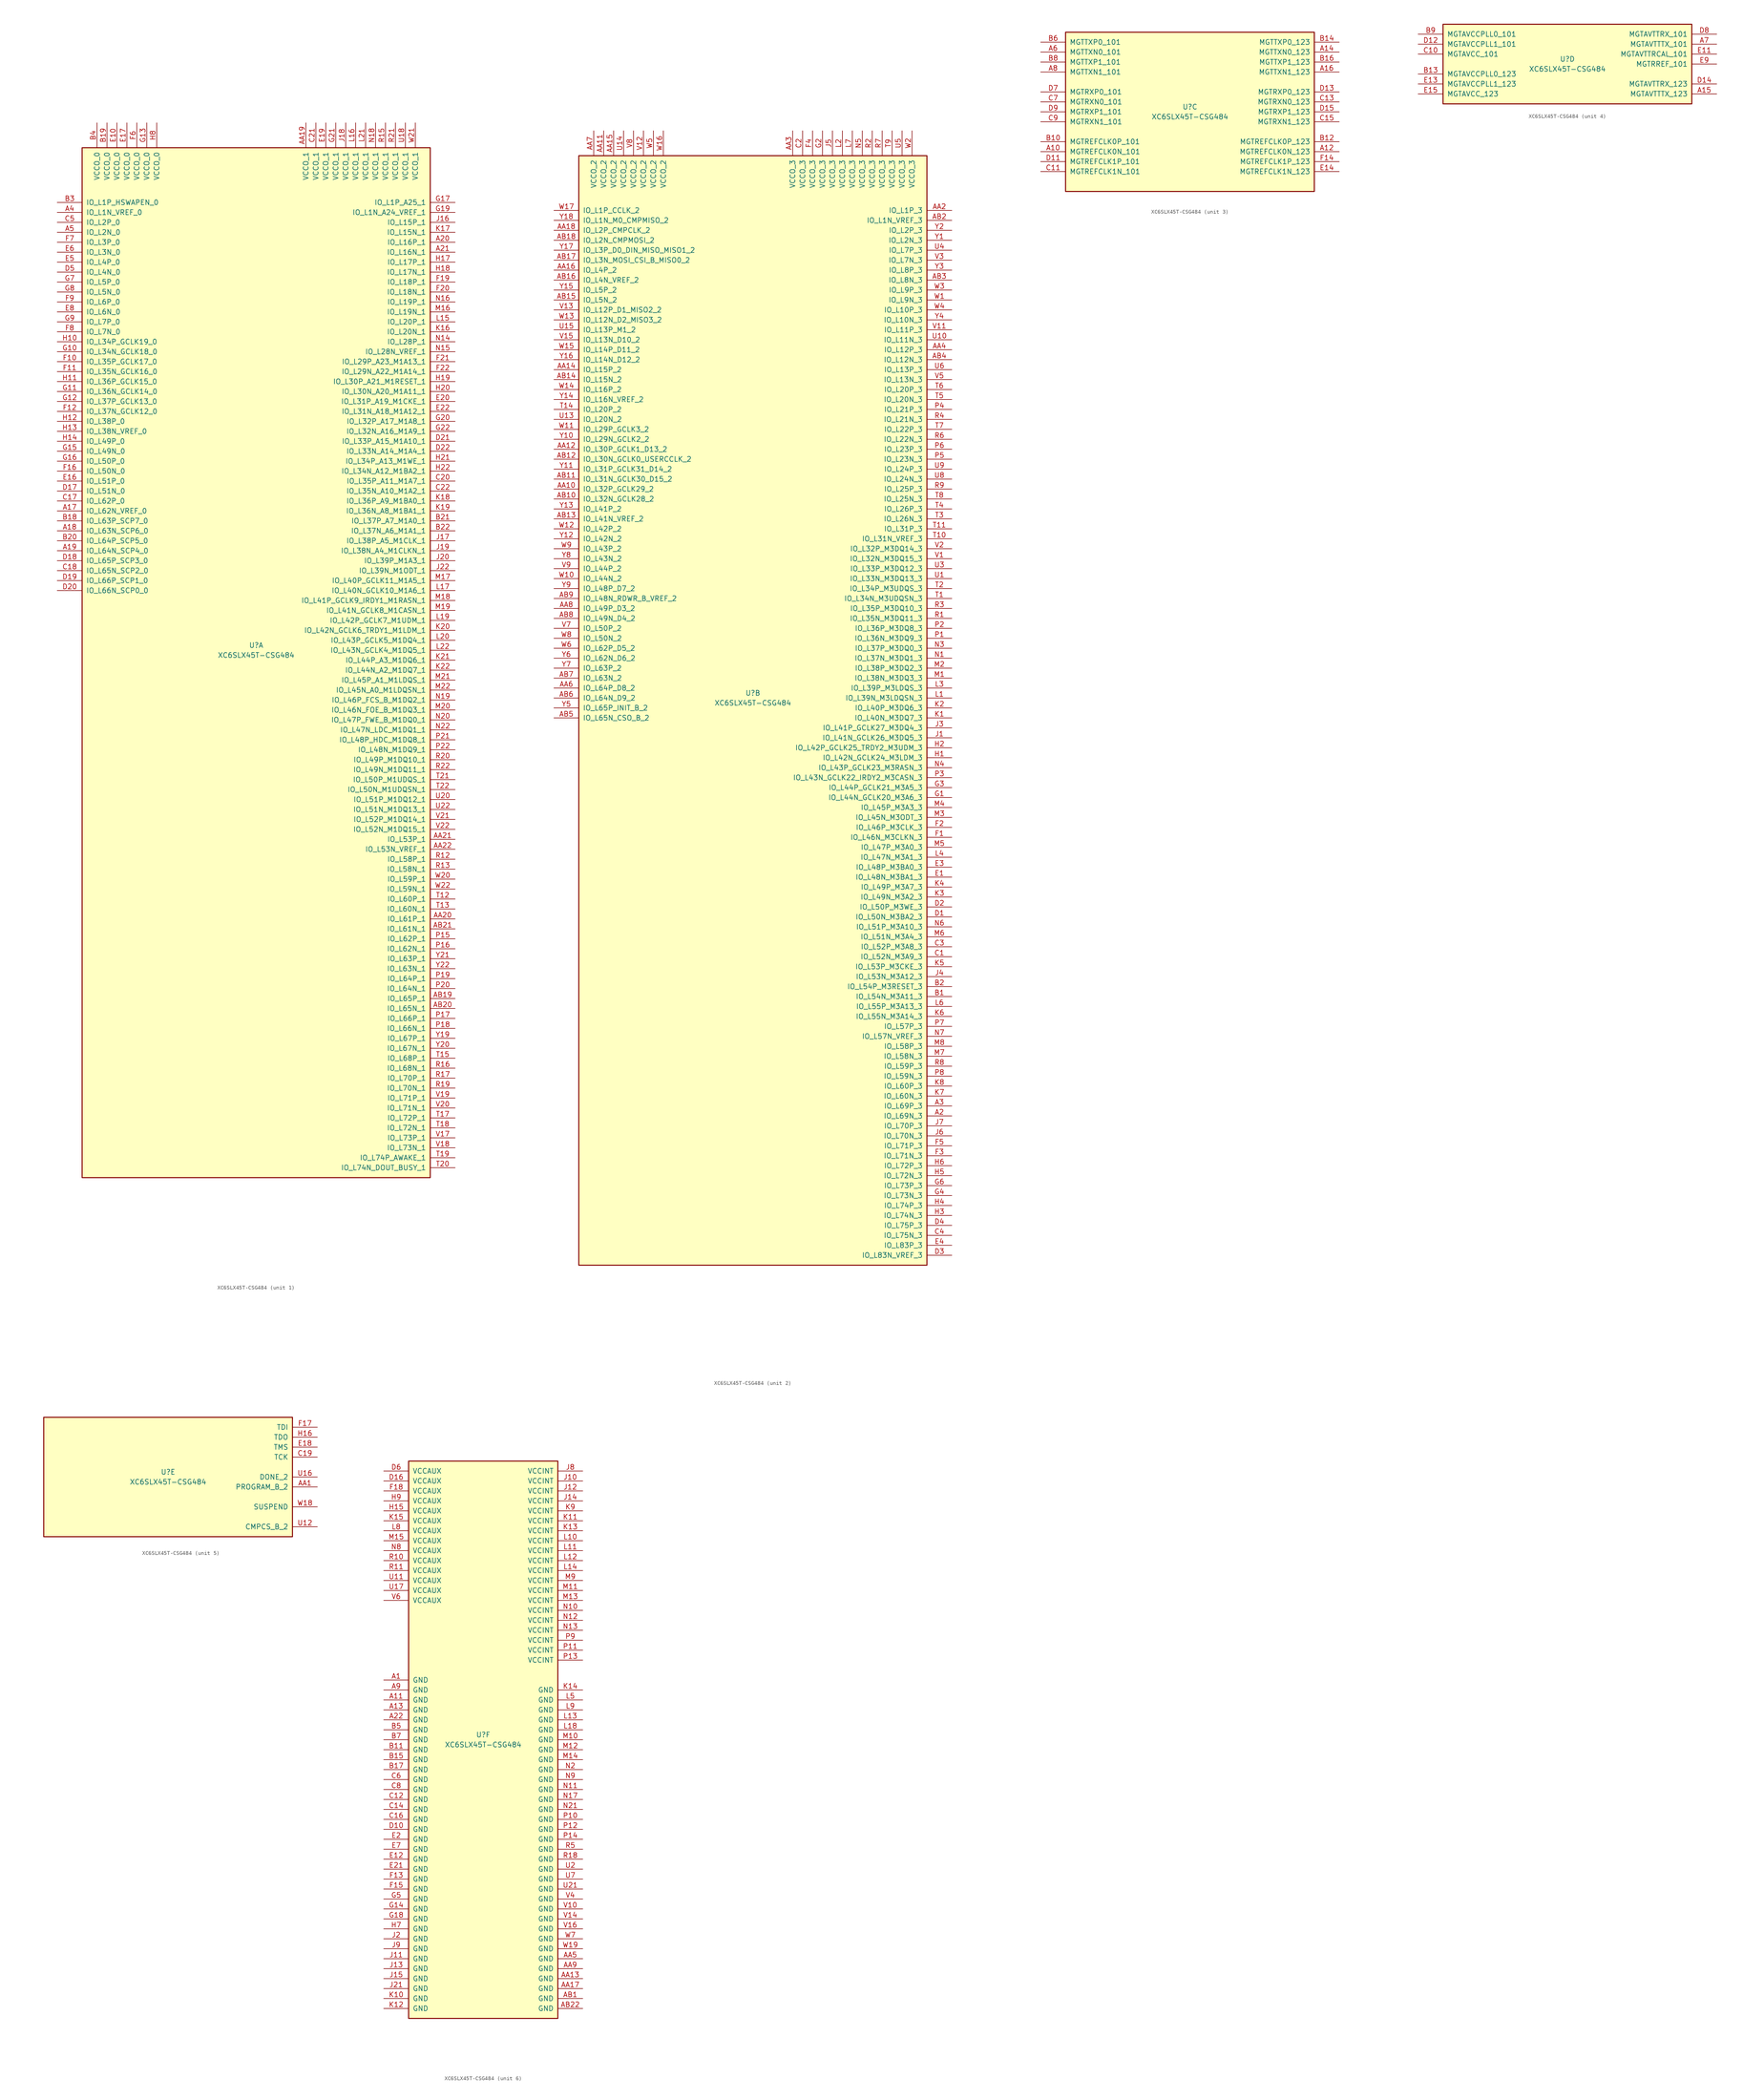
<source format=kicad_sym>
(kicad_symbol_lib
  (version 20201005)
  (generator kicad_symbol_editor)
  (symbol "FPGA_Xilinx_Spartan6:XC6SLX45T-CSG484"
    (pin_names
      (offset 1.016))
    (property "Reference" "U"
      (at 0 1.27 0)
      (effects (font (size 1.27 1.27))))
    (property "Value" "XC6SLX45T-CSG484"
      (at 0 -1.27 0)
      (effects (font (size 1.27 1.27))))
    (property "Datasheet" ""
      (at 0 0 0)
      (effects (font (size 1.27 1.27))))
    (property "ki_locked" ""
      (at 0 0 0)
      (effects (font (size 1.27 1.27))))
    (symbol "XC6SLX45T-CSG484_1_1"
      (rectangle (start -44.45 128.27) (end 44.45 -134.62) (stroke (width 0.254)) (fill (type background)))
      (pin power_in line (at -40.64 134.62 270) (length 6.35) (name "VCCO_0" (effects (font (size 1.27 1.27)))) (number "B4" (effects (font (size 1.27 1.27)))))
      (pin power_in line (at -38.1 134.62 270) (length 6.35) (name "VCCO_0" (effects (font (size 1.27 1.27)))) (number "B19" (effects (font (size 1.27 1.27)))))
      (pin power_in line (at -35.56 134.62 270) (length 6.35) (name "VCCO_0" (effects (font (size 1.27 1.27)))) (number "E10" (effects (font (size 1.27 1.27)))))
      (pin power_in line (at -33.02 134.62 270) (length 6.35) (name "VCCO_0" (effects (font (size 1.27 1.27)))) (number "E17" (effects (font (size 1.27 1.27)))))
      (pin power_in line (at -30.48 134.62 270) (length 6.35) (name "VCCO_0" (effects (font (size 1.27 1.27)))) (number "F6" (effects (font (size 1.27 1.27)))))
      (pin power_in line (at -27.94 134.62 270) (length 6.35) (name "VCCO_0" (effects (font (size 1.27 1.27)))) (number "G13" (effects (font (size 1.27 1.27)))))
      (pin power_in line (at -25.4 134.62 270) (length 6.35) (name "VCCO_0" (effects (font (size 1.27 1.27)))) (number "H8" (effects (font (size 1.27 1.27)))))
      (pin bidirectional line (at -50.8 114.3 0) (length 6.35) (name "IO_L1P_HSWAPEN_0" (effects (font (size 1.27 1.27)))) (number "B3" (effects (font (size 1.27 1.27)))))
      (pin bidirectional line (at -50.8 111.76 0) (length 6.35) (name "IO_L1N_VREF_0" (effects (font (size 1.27 1.27)))) (number "A4" (effects (font (size 1.27 1.27)))))
      (pin bidirectional line (at -50.8 109.22 0) (length 6.35) (name "IO_L2P_0" (effects (font (size 1.27 1.27)))) (number "C5" (effects (font (size 1.27 1.27)))))
      (pin bidirectional line (at -50.8 106.68 0) (length 6.35) (name "IO_L2N_0" (effects (font (size 1.27 1.27)))) (number "A5" (effects (font (size 1.27 1.27)))))
      (pin bidirectional line (at -50.8 104.14 0) (length 6.35) (name "IO_L3P_0" (effects (font (size 1.27 1.27)))) (number "F7" (effects (font (size 1.27 1.27)))))
      (pin bidirectional line (at -50.8 101.6 0) (length 6.35) (name "IO_L3N_0" (effects (font (size 1.27 1.27)))) (number "E6" (effects (font (size 1.27 1.27)))))
      (pin bidirectional line (at -50.8 99.06 0) (length 6.35) (name "IO_L4P_0" (effects (font (size 1.27 1.27)))) (number "E5" (effects (font (size 1.27 1.27)))))
      (pin bidirectional line (at -50.8 96.52 0) (length 6.35) (name "IO_L4N_0" (effects (font (size 1.27 1.27)))) (number "D5" (effects (font (size 1.27 1.27)))))
      (pin bidirectional line (at -50.8 93.98 0) (length 6.35) (name "IO_L5P_0" (effects (font (size 1.27 1.27)))) (number "G7" (effects (font (size 1.27 1.27)))))
      (pin bidirectional line (at -50.8 91.44 0) (length 6.35) (name "IO_L5N_0" (effects (font (size 1.27 1.27)))) (number "G8" (effects (font (size 1.27 1.27)))))
      (pin bidirectional line (at -50.8 88.9 0) (length 6.35) (name "IO_L6P_0" (effects (font (size 1.27 1.27)))) (number "F9" (effects (font (size 1.27 1.27)))))
      (pin bidirectional line (at -50.8 86.36 0) (length 6.35) (name "IO_L6N_0" (effects (font (size 1.27 1.27)))) (number "E8" (effects (font (size 1.27 1.27)))))
      (pin bidirectional line (at -50.8 83.82 0) (length 6.35) (name "IO_L7P_0" (effects (font (size 1.27 1.27)))) (number "G9" (effects (font (size 1.27 1.27)))))
      (pin bidirectional line (at -50.8 81.28 0) (length 6.35) (name "IO_L7N_0" (effects (font (size 1.27 1.27)))) (number "F8" (effects (font (size 1.27 1.27)))))
      (pin bidirectional line (at -50.8 78.74 0) (length 6.35) (name "IO_L34P_GCLK19_0" (effects (font (size 1.27 1.27)))) (number "H10" (effects (font (size 1.27 1.27)))))
      (pin bidirectional line (at -50.8 76.2 0) (length 6.35) (name "IO_L34N_GCLK18_0" (effects (font (size 1.27 1.27)))) (number "G10" (effects (font (size 1.27 1.27)))))
      (pin bidirectional line (at -50.8 73.66 0) (length 6.35) (name "IO_L35P_GCLK17_0" (effects (font (size 1.27 1.27)))) (number "F10" (effects (font (size 1.27 1.27)))))
      (pin bidirectional line (at -50.8 71.12 0) (length 6.35) (name "IO_L35N_GCLK16_0" (effects (font (size 1.27 1.27)))) (number "F11" (effects (font (size 1.27 1.27)))))
      (pin bidirectional line (at -50.8 68.58 0) (length 6.35) (name "IO_L36P_GCLK15_0" (effects (font (size 1.27 1.27)))) (number "H11" (effects (font (size 1.27 1.27)))))
      (pin bidirectional line (at -50.8 66.04 0) (length 6.35) (name "IO_L36N_GCLK14_0" (effects (font (size 1.27 1.27)))) (number "G11" (effects (font (size 1.27 1.27)))))
      (pin bidirectional line (at -50.8 63.5 0) (length 6.35) (name "IO_L37P_GCLK13_0" (effects (font (size 1.27 1.27)))) (number "G12" (effects (font (size 1.27 1.27)))))
      (pin bidirectional line (at -50.8 60.96 0) (length 6.35) (name "IO_L37N_GCLK12_0" (effects (font (size 1.27 1.27)))) (number "F12" (effects (font (size 1.27 1.27)))))
      (pin bidirectional line (at -50.8 58.42 0) (length 6.35) (name "IO_L38P_0" (effects (font (size 1.27 1.27)))) (number "H12" (effects (font (size 1.27 1.27)))))
      (pin bidirectional line (at -50.8 55.88 0) (length 6.35) (name "IO_L38N_VREF_0" (effects (font (size 1.27 1.27)))) (number "H13" (effects (font (size 1.27 1.27)))))
      (pin bidirectional line (at -50.8 53.34 0) (length 6.35) (name "IO_L49P_0" (effects (font (size 1.27 1.27)))) (number "H14" (effects (font (size 1.27 1.27)))))
      (pin bidirectional line (at -50.8 50.8 0) (length 6.35) (name "IO_L49N_0" (effects (font (size 1.27 1.27)))) (number "G15" (effects (font (size 1.27 1.27)))))
      (pin bidirectional line (at -50.8 48.26 0) (length 6.35) (name "IO_L50P_0" (effects (font (size 1.27 1.27)))) (number "G16" (effects (font (size 1.27 1.27)))))
      (pin bidirectional line (at -50.8 45.72 0) (length 6.35) (name "IO_L50N_0" (effects (font (size 1.27 1.27)))) (number "F16" (effects (font (size 1.27 1.27)))))
      (pin bidirectional line (at -50.8 43.18 0) (length 6.35) (name "IO_L51P_0" (effects (font (size 1.27 1.27)))) (number "E16" (effects (font (size 1.27 1.27)))))
      (pin bidirectional line (at -50.8 40.64 0) (length 6.35) (name "IO_L51N_0" (effects (font (size 1.27 1.27)))) (number "D17" (effects (font (size 1.27 1.27)))))
      (pin bidirectional line (at -50.8 38.1 0) (length 6.35) (name "IO_L62P_0" (effects (font (size 1.27 1.27)))) (number "C17" (effects (font (size 1.27 1.27)))))
      (pin bidirectional line (at -50.8 35.56 0) (length 6.35) (name "IO_L62N_VREF_0" (effects (font (size 1.27 1.27)))) (number "A17" (effects (font (size 1.27 1.27)))))
      (pin bidirectional line (at -50.8 33.02 0) (length 6.35) (name "IO_L63P_SCP7_0" (effects (font (size 1.27 1.27)))) (number "B18" (effects (font (size 1.27 1.27)))))
      (pin bidirectional line (at -50.8 30.48 0) (length 6.35) (name "IO_L63N_SCP6_0" (effects (font (size 1.27 1.27)))) (number "A18" (effects (font (size 1.27 1.27)))))
      (pin bidirectional line (at -50.8 27.94 0) (length 6.35) (name "IO_L64P_SCP5_0" (effects (font (size 1.27 1.27)))) (number "B20" (effects (font (size 1.27 1.27)))))
      (pin bidirectional line (at -50.8 25.4 0) (length 6.35) (name "IO_L64N_SCP4_0" (effects (font (size 1.27 1.27)))) (number "A19" (effects (font (size 1.27 1.27)))))
      (pin bidirectional line (at -50.8 22.86 0) (length 6.35) (name "IO_L65P_SCP3_0" (effects (font (size 1.27 1.27)))) (number "D18" (effects (font (size 1.27 1.27)))))
      (pin bidirectional line (at -50.8 20.32 0) (length 6.35) (name "IO_L65N_SCP2_0" (effects (font (size 1.27 1.27)))) (number "C18" (effects (font (size 1.27 1.27)))))
      (pin bidirectional line (at -50.8 17.78 0) (length 6.35) (name "IO_L66P_SCP1_0" (effects (font (size 1.27 1.27)))) (number "D19" (effects (font (size 1.27 1.27)))))
      (pin bidirectional line (at -50.8 15.24 0) (length 6.35) (name "IO_L66N_SCP0_0" (effects (font (size 1.27 1.27)))) (number "D20" (effects (font (size 1.27 1.27)))))
      (pin power_in line (at 12.7 134.62 270) (length 6.35) (name "VCCO_1" (effects (font (size 1.27 1.27)))) (number "AA19" (effects (font (size 1.27 1.27)))))
      (pin power_in line (at 15.24 134.62 270) (length 6.35) (name "VCCO_1" (effects (font (size 1.27 1.27)))) (number "C21" (effects (font (size 1.27 1.27)))))
      (pin power_in line (at 17.78 134.62 270) (length 6.35) (name "VCCO_1" (effects (font (size 1.27 1.27)))) (number "E19" (effects (font (size 1.27 1.27)))))
      (pin power_in line (at 20.32 134.62 270) (length 6.35) (name "VCCO_1" (effects (font (size 1.27 1.27)))) (number "G21" (effects (font (size 1.27 1.27)))))
      (pin power_in line (at 22.86 134.62 270) (length 6.35) (name "VCCO_1" (effects (font (size 1.27 1.27)))) (number "J18" (effects (font (size 1.27 1.27)))))
      (pin power_in line (at 25.4 134.62 270) (length 6.35) (name "VCCO_1" (effects (font (size 1.27 1.27)))) (number "L16" (effects (font (size 1.27 1.27)))))
      (pin power_in line (at 27.94 134.62 270) (length 6.35) (name "VCCO_1" (effects (font (size 1.27 1.27)))) (number "L21" (effects (font (size 1.27 1.27)))))
      (pin power_in line (at 30.48 134.62 270) (length 6.35) (name "VCCO_1" (effects (font (size 1.27 1.27)))) (number "N18" (effects (font (size 1.27 1.27)))))
      (pin power_in line (at 33.02 134.62 270) (length 6.35) (name "VCCO_1" (effects (font (size 1.27 1.27)))) (number "R15" (effects (font (size 1.27 1.27)))))
      (pin power_in line (at 35.56 134.62 270) (length 6.35) (name "VCCO_1" (effects (font (size 1.27 1.27)))) (number "R21" (effects (font (size 1.27 1.27)))))
      (pin power_in line (at 38.1 134.62 270) (length 6.35) (name "VCCO_1" (effects (font (size 1.27 1.27)))) (number "U18" (effects (font (size 1.27 1.27)))))
      (pin power_in line (at 40.64 134.62 270) (length 6.35) (name "VCCO_1" (effects (font (size 1.27 1.27)))) (number "W21" (effects (font (size 1.27 1.27)))))
      (pin bidirectional line (at 50.8 114.3 180) (length 6.35) (name "IO_L1P_A25_1" (effects (font (size 1.27 1.27)))) (number "G17" (effects (font (size 1.27 1.27)))))
      (pin bidirectional line (at 50.8 111.76 180) (length 6.35) (name "IO_L1N_A24_VREF_1" (effects (font (size 1.27 1.27)))) (number "G19" (effects (font (size 1.27 1.27)))))
      (pin bidirectional line (at 50.8 109.22 180) (length 6.35) (name "IO_L15P_1" (effects (font (size 1.27 1.27)))) (number "J16" (effects (font (size 1.27 1.27)))))
      (pin bidirectional line (at 50.8 106.68 180) (length 6.35) (name "IO_L15N_1" (effects (font (size 1.27 1.27)))) (number "K17" (effects (font (size 1.27 1.27)))))
      (pin bidirectional line (at 50.8 104.14 180) (length 6.35) (name "IO_L16P_1" (effects (font (size 1.27 1.27)))) (number "A20" (effects (font (size 1.27 1.27)))))
      (pin bidirectional line (at 50.8 101.6 180) (length 6.35) (name "IO_L16N_1" (effects (font (size 1.27 1.27)))) (number "A21" (effects (font (size 1.27 1.27)))))
      (pin bidirectional line (at 50.8 99.06 180) (length 6.35) (name "IO_L17P_1" (effects (font (size 1.27 1.27)))) (number "H17" (effects (font (size 1.27 1.27)))))
      (pin bidirectional line (at 50.8 96.52 180) (length 6.35) (name "IO_L17N_1" (effects (font (size 1.27 1.27)))) (number "H18" (effects (font (size 1.27 1.27)))))
      (pin bidirectional line (at 50.8 93.98 180) (length 6.35) (name "IO_L18P_1" (effects (font (size 1.27 1.27)))) (number "F19" (effects (font (size 1.27 1.27)))))
      (pin bidirectional line (at 50.8 91.44 180) (length 6.35) (name "IO_L18N_1" (effects (font (size 1.27 1.27)))) (number "F20" (effects (font (size 1.27 1.27)))))
      (pin bidirectional line (at 50.8 88.9 180) (length 6.35) (name "IO_L19P_1" (effects (font (size 1.27 1.27)))) (number "N16" (effects (font (size 1.27 1.27)))))
      (pin bidirectional line (at 50.8 86.36 180) (length 6.35) (name "IO_L19N_1" (effects (font (size 1.27 1.27)))) (number "M16" (effects (font (size 1.27 1.27)))))
      (pin bidirectional line (at 50.8 83.82 180) (length 6.35) (name "IO_L20P_1" (effects (font (size 1.27 1.27)))) (number "L15" (effects (font (size 1.27 1.27)))))
      (pin bidirectional line (at 50.8 81.28 180) (length 6.35) (name "IO_L20N_1" (effects (font (size 1.27 1.27)))) (number "K16" (effects (font (size 1.27 1.27)))))
      (pin bidirectional line (at 50.8 78.74 180) (length 6.35) (name "IO_L28P_1" (effects (font (size 1.27 1.27)))) (number "N14" (effects (font (size 1.27 1.27)))))
      (pin bidirectional line (at 50.8 76.2 180) (length 6.35) (name "IO_L28N_VREF_1" (effects (font (size 1.27 1.27)))) (number "N15" (effects (font (size 1.27 1.27)))))
      (pin bidirectional line (at 50.8 73.66 180) (length 6.35) (name "IO_L29P_A23_M1A13_1" (effects (font (size 1.27 1.27)))) (number "F21" (effects (font (size 1.27 1.27)))))
      (pin bidirectional line (at 50.8 71.12 180) (length 6.35) (name "IO_L29N_A22_M1A14_1" (effects (font (size 1.27 1.27)))) (number "F22" (effects (font (size 1.27 1.27)))))
      (pin bidirectional line (at 50.8 68.58 180) (length 6.35) (name "IO_L30P_A21_M1RESET_1" (effects (font (size 1.27 1.27)))) (number "H19" (effects (font (size 1.27 1.27)))))
      (pin bidirectional line (at 50.8 66.04 180) (length 6.35) (name "IO_L30N_A20_M1A11_1" (effects (font (size 1.27 1.27)))) (number "H20" (effects (font (size 1.27 1.27)))))
      (pin bidirectional line (at 50.8 63.5 180) (length 6.35) (name "IO_L31P_A19_M1CKE_1" (effects (font (size 1.27 1.27)))) (number "E20" (effects (font (size 1.27 1.27)))))
      (pin bidirectional line (at 50.8 60.96 180) (length 6.35) (name "IO_L31N_A18_M1A12_1" (effects (font (size 1.27 1.27)))) (number "E22" (effects (font (size 1.27 1.27)))))
      (pin bidirectional line (at 50.8 58.42 180) (length 6.35) (name "IO_L32P_A17_M1A8_1" (effects (font (size 1.27 1.27)))) (number "G20" (effects (font (size 1.27 1.27)))))
      (pin bidirectional line (at 50.8 55.88 180) (length 6.35) (name "IO_L32N_A16_M1A9_1" (effects (font (size 1.27 1.27)))) (number "G22" (effects (font (size 1.27 1.27)))))
      (pin bidirectional line (at 50.8 53.34 180) (length 6.35) (name "IO_L33P_A15_M1A10_1" (effects (font (size 1.27 1.27)))) (number "D21" (effects (font (size 1.27 1.27)))))
      (pin bidirectional line (at 50.8 50.8 180) (length 6.35) (name "IO_L33N_A14_M1A4_1" (effects (font (size 1.27 1.27)))) (number "D22" (effects (font (size 1.27 1.27)))))
      (pin bidirectional line (at 50.8 48.26 180) (length 6.35) (name "IO_L34P_A13_M1WE_1" (effects (font (size 1.27 1.27)))) (number "H21" (effects (font (size 1.27 1.27)))))
      (pin bidirectional line (at 50.8 45.72 180) (length 6.35) (name "IO_L34N_A12_M1BA2_1" (effects (font (size 1.27 1.27)))) (number "H22" (effects (font (size 1.27 1.27)))))
      (pin bidirectional line (at 50.8 43.18 180) (length 6.35) (name "IO_L35P_A11_M1A7_1" (effects (font (size 1.27 1.27)))) (number "C20" (effects (font (size 1.27 1.27)))))
      (pin bidirectional line (at 50.8 40.64 180) (length 6.35) (name "IO_L35N_A10_M1A2_1" (effects (font (size 1.27 1.27)))) (number "C22" (effects (font (size 1.27 1.27)))))
      (pin bidirectional line (at 50.8 38.1 180) (length 6.35) (name "IO_L36P_A9_M1BA0_1" (effects (font (size 1.27 1.27)))) (number "K18" (effects (font (size 1.27 1.27)))))
      (pin bidirectional line (at 50.8 35.56 180) (length 6.35) (name "IO_L36N_A8_M1BA1_1" (effects (font (size 1.27 1.27)))) (number "K19" (effects (font (size 1.27 1.27)))))
      (pin bidirectional line (at 50.8 33.02 180) (length 6.35) (name "IO_L37P_A7_M1A0_1" (effects (font (size 1.27 1.27)))) (number "B21" (effects (font (size 1.27 1.27)))))
      (pin bidirectional line (at 50.8 30.48 180) (length 6.35) (name "IO_L37N_A6_M1A1_1" (effects (font (size 1.27 1.27)))) (number "B22" (effects (font (size 1.27 1.27)))))
      (pin bidirectional line (at 50.8 27.94 180) (length 6.35) (name "IO_L38P_A5_M1CLK_1" (effects (font (size 1.27 1.27)))) (number "J17" (effects (font (size 1.27 1.27)))))
      (pin bidirectional line (at 50.8 25.4 180) (length 6.35) (name "IO_L38N_A4_M1CLKN_1" (effects (font (size 1.27 1.27)))) (number "J19" (effects (font (size 1.27 1.27)))))
      (pin bidirectional line (at 50.8 22.86 180) (length 6.35) (name "IO_L39P_M1A3_1" (effects (font (size 1.27 1.27)))) (number "J20" (effects (font (size 1.27 1.27)))))
      (pin bidirectional line (at 50.8 20.32 180) (length 6.35) (name "IO_L39N_M1ODT_1" (effects (font (size 1.27 1.27)))) (number "J22" (effects (font (size 1.27 1.27)))))
      (pin bidirectional line (at 50.8 17.78 180) (length 6.35) (name "IO_L40P_GCLK11_M1A5_1" (effects (font (size 1.27 1.27)))) (number "M17" (effects (font (size 1.27 1.27)))))
      (pin bidirectional line (at 50.8 15.24 180) (length 6.35) (name "IO_L40N_GCLK10_M1A6_1" (effects (font (size 1.27 1.27)))) (number "L17" (effects (font (size 1.27 1.27)))))
      (pin bidirectional line (at 50.8 12.7 180) (length 6.35) (name "IO_L41P_GCLK9_IRDY1_M1RASN_1" (effects (font (size 1.27 1.27)))) (number "M18" (effects (font (size 1.27 1.27)))))
      (pin bidirectional line (at 50.8 10.16 180) (length 6.35) (name "IO_L41N_GCLK8_M1CASN_1" (effects (font (size 1.27 1.27)))) (number "M19" (effects (font (size 1.27 1.27)))))
      (pin bidirectional line (at 50.8 7.62 180) (length 6.35) (name "IO_L42P_GCLK7_M1UDM_1" (effects (font (size 1.27 1.27)))) (number "L19" (effects (font (size 1.27 1.27)))))
      (pin bidirectional line (at 50.8 5.08 180) (length 6.35) (name "IO_L42N_GCLK6_TRDY1_M1LDM_1" (effects (font (size 1.27 1.27)))) (number "K20" (effects (font (size 1.27 1.27)))))
      (pin bidirectional line (at 50.8 2.54 180) (length 6.35) (name "IO_L43P_GCLK5_M1DQ4_1" (effects (font (size 1.27 1.27)))) (number "L20" (effects (font (size 1.27 1.27)))))
      (pin bidirectional line (at 50.8 0 180) (length 6.35) (name "IO_L43N_GCLK4_M1DQ5_1" (effects (font (size 1.27 1.27)))) (number "L22" (effects (font (size 1.27 1.27)))))
      (pin bidirectional line (at 50.8 -2.54 180) (length 6.35) (name "IO_L44P_A3_M1DQ6_1" (effects (font (size 1.27 1.27)))) (number "K21" (effects (font (size 1.27 1.27)))))
      (pin bidirectional line (at 50.8 -5.08 180) (length 6.35) (name "IO_L44N_A2_M1DQ7_1" (effects (font (size 1.27 1.27)))) (number "K22" (effects (font (size 1.27 1.27)))))
      (pin bidirectional line (at 50.8 -7.62 180) (length 6.35) (name "IO_L45P_A1_M1LDQS_1" (effects (font (size 1.27 1.27)))) (number "M21" (effects (font (size 1.27 1.27)))))
      (pin bidirectional line (at 50.8 -10.16 180) (length 6.35) (name "IO_L45N_A0_M1LDQSN_1" (effects (font (size 1.27 1.27)))) (number "M22" (effects (font (size 1.27 1.27)))))
      (pin bidirectional line (at 50.8 -12.7 180) (length 6.35) (name "IO_L46P_FCS_B_M1DQ2_1" (effects (font (size 1.27 1.27)))) (number "N19" (effects (font (size 1.27 1.27)))))
      (pin bidirectional line (at 50.8 -15.24 180) (length 6.35) (name "IO_L46N_FOE_B_M1DQ3_1" (effects (font (size 1.27 1.27)))) (number "M20" (effects (font (size 1.27 1.27)))))
      (pin bidirectional line (at 50.8 -17.78 180) (length 6.35) (name "IO_L47P_FWE_B_M1DQ0_1" (effects (font (size 1.27 1.27)))) (number "N20" (effects (font (size 1.27 1.27)))))
      (pin bidirectional line (at 50.8 -20.32 180) (length 6.35) (name "IO_L47N_LDC_M1DQ1_1" (effects (font (size 1.27 1.27)))) (number "N22" (effects (font (size 1.27 1.27)))))
      (pin bidirectional line (at 50.8 -22.86 180) (length 6.35) (name "IO_L48P_HDC_M1DQ8_1" (effects (font (size 1.27 1.27)))) (number "P21" (effects (font (size 1.27 1.27)))))
      (pin bidirectional line (at 50.8 -25.4 180) (length 6.35) (name "IO_L48N_M1DQ9_1" (effects (font (size 1.27 1.27)))) (number "P22" (effects (font (size 1.27 1.27)))))
      (pin bidirectional line (at 50.8 -27.94 180) (length 6.35) (name "IO_L49P_M1DQ10_1" (effects (font (size 1.27 1.27)))) (number "R20" (effects (font (size 1.27 1.27)))))
      (pin bidirectional line (at 50.8 -30.48 180) (length 6.35) (name "IO_L49N_M1DQ11_1" (effects (font (size 1.27 1.27)))) (number "R22" (effects (font (size 1.27 1.27)))))
      (pin bidirectional line (at 50.8 -33.02 180) (length 6.35) (name "IO_L50P_M1UDQS_1" (effects (font (size 1.27 1.27)))) (number "T21" (effects (font (size 1.27 1.27)))))
      (pin bidirectional line (at 50.8 -35.56 180) (length 6.35) (name "IO_L50N_M1UDQSN_1" (effects (font (size 1.27 1.27)))) (number "T22" (effects (font (size 1.27 1.27)))))
      (pin bidirectional line (at 50.8 -38.1 180) (length 6.35) (name "IO_L51P_M1DQ12_1" (effects (font (size 1.27 1.27)))) (number "U20" (effects (font (size 1.27 1.27)))))
      (pin bidirectional line (at 50.8 -40.64 180) (length 6.35) (name "IO_L51N_M1DQ13_1" (effects (font (size 1.27 1.27)))) (number "U22" (effects (font (size 1.27 1.27)))))
      (pin bidirectional line (at 50.8 -43.18 180) (length 6.35) (name "IO_L52P_M1DQ14_1" (effects (font (size 1.27 1.27)))) (number "V21" (effects (font (size 1.27 1.27)))))
      (pin bidirectional line (at 50.8 -45.72 180) (length 6.35) (name "IO_L52N_M1DQ15_1" (effects (font (size 1.27 1.27)))) (number "V22" (effects (font (size 1.27 1.27)))))
      (pin bidirectional line (at 50.8 -48.26 180) (length 6.35) (name "IO_L53P_1" (effects (font (size 1.27 1.27)))) (number "AA21" (effects (font (size 1.27 1.27)))))
      (pin bidirectional line (at 50.8 -50.8 180) (length 6.35) (name "IO_L53N_VREF_1" (effects (font (size 1.27 1.27)))) (number "AA22" (effects (font (size 1.27 1.27)))))
      (pin bidirectional line (at 50.8 -53.34 180) (length 6.35) (name "IO_L58P_1" (effects (font (size 1.27 1.27)))) (number "R12" (effects (font (size 1.27 1.27)))))
      (pin bidirectional line (at 50.8 -55.88 180) (length 6.35) (name "IO_L58N_1" (effects (font (size 1.27 1.27)))) (number "R13" (effects (font (size 1.27 1.27)))))
      (pin bidirectional line (at 50.8 -58.42 180) (length 6.35) (name "IO_L59P_1" (effects (font (size 1.27 1.27)))) (number "W20" (effects (font (size 1.27 1.27)))))
      (pin bidirectional line (at 50.8 -60.96 180) (length 6.35) (name "IO_L59N_1" (effects (font (size 1.27 1.27)))) (number "W22" (effects (font (size 1.27 1.27)))))
      (pin bidirectional line (at 50.8 -63.5 180) (length 6.35) (name "IO_L60P_1" (effects (font (size 1.27 1.27)))) (number "T12" (effects (font (size 1.27 1.27)))))
      (pin bidirectional line (at 50.8 -66.04 180) (length 6.35) (name "IO_L60N_1" (effects (font (size 1.27 1.27)))) (number "T13" (effects (font (size 1.27 1.27)))))
      (pin bidirectional line (at 50.8 -68.58 180) (length 6.35) (name "IO_L61P_1" (effects (font (size 1.27 1.27)))) (number "AA20" (effects (font (size 1.27 1.27)))))
      (pin bidirectional line (at 50.8 -71.12 180) (length 6.35) (name "IO_L61N_1" (effects (font (size 1.27 1.27)))) (number "AB21" (effects (font (size 1.27 1.27)))))
      (pin bidirectional line (at 50.8 -73.66 180) (length 6.35) (name "IO_L62P_1" (effects (font (size 1.27 1.27)))) (number "P15" (effects (font (size 1.27 1.27)))))
      (pin bidirectional line (at 50.8 -76.2 180) (length 6.35) (name "IO_L62N_1" (effects (font (size 1.27 1.27)))) (number "P16" (effects (font (size 1.27 1.27)))))
      (pin bidirectional line (at 50.8 -78.74 180) (length 6.35) (name "IO_L63P_1" (effects (font (size 1.27 1.27)))) (number "Y21" (effects (font (size 1.27 1.27)))))
      (pin bidirectional line (at 50.8 -81.28 180) (length 6.35) (name "IO_L63N_1" (effects (font (size 1.27 1.27)))) (number "Y22" (effects (font (size 1.27 1.27)))))
      (pin bidirectional line (at 50.8 -83.82 180) (length 6.35) (name "IO_L64P_1" (effects (font (size 1.27 1.27)))) (number "P19" (effects (font (size 1.27 1.27)))))
      (pin bidirectional line (at 50.8 -86.36 180) (length 6.35) (name "IO_L64N_1" (effects (font (size 1.27 1.27)))) (number "P20" (effects (font (size 1.27 1.27)))))
      (pin bidirectional line (at 50.8 -88.9 180) (length 6.35) (name "IO_L65P_1" (effects (font (size 1.27 1.27)))) (number "AB19" (effects (font (size 1.27 1.27)))))
      (pin bidirectional line (at 50.8 -91.44 180) (length 6.35) (name "IO_L65N_1" (effects (font (size 1.27 1.27)))) (number "AB20" (effects (font (size 1.27 1.27)))))
      (pin bidirectional line (at 50.8 -93.98 180) (length 6.35) (name "IO_L66P_1" (effects (font (size 1.27 1.27)))) (number "P17" (effects (font (size 1.27 1.27)))))
      (pin bidirectional line (at 50.8 -96.52 180) (length 6.35) (name "IO_L66N_1" (effects (font (size 1.27 1.27)))) (number "P18" (effects (font (size 1.27 1.27)))))
      (pin bidirectional line (at 50.8 -99.06 180) (length 6.35) (name "IO_L67P_1" (effects (font (size 1.27 1.27)))) (number "Y19" (effects (font (size 1.27 1.27)))))
      (pin bidirectional line (at 50.8 -101.6 180) (length 6.35) (name "IO_L67N_1" (effects (font (size 1.27 1.27)))) (number "Y20" (effects (font (size 1.27 1.27)))))
      (pin bidirectional line (at 50.8 -104.14 180) (length 6.35) (name "IO_L68P_1" (effects (font (size 1.27 1.27)))) (number "T15" (effects (font (size 1.27 1.27)))))
      (pin bidirectional line (at 50.8 -106.68 180) (length 6.35) (name "IO_L68N_1" (effects (font (size 1.27 1.27)))) (number "R16" (effects (font (size 1.27 1.27)))))
      (pin bidirectional line (at 50.8 -109.22 180) (length 6.35) (name "IO_L70P_1" (effects (font (size 1.27 1.27)))) (number "R17" (effects (font (size 1.27 1.27)))))
      (pin bidirectional line (at 50.8 -111.76 180) (length 6.35) (name "IO_L70N_1" (effects (font (size 1.27 1.27)))) (number "R19" (effects (font (size 1.27 1.27)))))
      (pin bidirectional line (at 50.8 -114.3 180) (length 6.35) (name "IO_L71P_1" (effects (font (size 1.27 1.27)))) (number "V19" (effects (font (size 1.27 1.27)))))
      (pin bidirectional line (at 50.8 -116.84 180) (length 6.35) (name "IO_L71N_1" (effects (font (size 1.27 1.27)))) (number "V20" (effects (font (size 1.27 1.27)))))
      (pin bidirectional line (at 50.8 -119.38 180) (length 6.35) (name "IO_L72P_1" (effects (font (size 1.27 1.27)))) (number "T17" (effects (font (size 1.27 1.27)))))
      (pin bidirectional line (at 50.8 -121.92 180) (length 6.35) (name "IO_L72N_1" (effects (font (size 1.27 1.27)))) (number "T18" (effects (font (size 1.27 1.27)))))
      (pin bidirectional line (at 50.8 -124.46 180) (length 6.35) (name "IO_L73P_1" (effects (font (size 1.27 1.27)))) (number "V17" (effects (font (size 1.27 1.27)))))
      (pin bidirectional line (at 50.8 -127 180) (length 6.35) (name "IO_L73N_1" (effects (font (size 1.27 1.27)))) (number "V18" (effects (font (size 1.27 1.27)))))
      (pin bidirectional line (at 50.8 -129.54 180) (length 6.35) (name "IO_L74P_AWAKE_1" (effects (font (size 1.27 1.27)))) (number "T19" (effects (font (size 1.27 1.27)))))
      (pin bidirectional line (at 50.8 -132.08 180) (length 6.35) (name "IO_L74N_DOUT_BUSY_1" (effects (font (size 1.27 1.27)))) (number "T20" (effects (font (size 1.27 1.27))))))
    (symbol "XC6SLX45T-CSG484_2_1"
      (rectangle (start -44.45 138.43) (end 44.45 -144.78) (stroke (width 0.254)) (fill (type background)))
      (pin power_in line (at -40.64 144.78 270) (length 6.35) (name "VCCO_2" (effects (font (size 1.27 1.27)))) (number "AA7" (effects (font (size 1.27 1.27)))))
      (pin power_in line (at -38.1 144.78 270) (length 6.35) (name "VCCO_2" (effects (font (size 1.27 1.27)))) (number "AA11" (effects (font (size 1.27 1.27)))))
      (pin power_in line (at -35.56 144.78 270) (length 6.35) (name "VCCO_2" (effects (font (size 1.27 1.27)))) (number "AA15" (effects (font (size 1.27 1.27)))))
      (pin power_in line (at -33.02 144.78 270) (length 6.35) (name "VCCO_2" (effects (font (size 1.27 1.27)))) (number "U14" (effects (font (size 1.27 1.27)))))
      (pin power_in line (at -30.48 144.78 270) (length 6.35) (name "VCCO_2" (effects (font (size 1.27 1.27)))) (number "V8" (effects (font (size 1.27 1.27)))))
      (pin power_in line (at -27.94 144.78 270) (length 6.35) (name "VCCO_2" (effects (font (size 1.27 1.27)))) (number "V12" (effects (font (size 1.27 1.27)))))
      (pin power_in line (at -25.4 144.78 270) (length 6.35) (name "VCCO_2" (effects (font (size 1.27 1.27)))) (number "W5" (effects (font (size 1.27 1.27)))))
      (pin power_in line (at -22.86 144.78 270) (length 6.35) (name "VCCO_2" (effects (font (size 1.27 1.27)))) (number "W16" (effects (font (size 1.27 1.27)))))
      (pin bidirectional line (at -50.8 124.46 0) (length 6.35) (name "IO_L1P_CCLK_2" (effects (font (size 1.27 1.27)))) (number "W17" (effects (font (size 1.27 1.27)))))
      (pin bidirectional line (at -50.8 121.92 0) (length 6.35) (name "IO_L1N_M0_CMPMISO_2" (effects (font (size 1.27 1.27)))) (number "Y18" (effects (font (size 1.27 1.27)))))
      (pin bidirectional line (at -50.8 119.38 0) (length 6.35) (name "IO_L2P_CMPCLK_2" (effects (font (size 1.27 1.27)))) (number "AA18" (effects (font (size 1.27 1.27)))))
      (pin bidirectional line (at -50.8 116.84 0) (length 6.35) (name "IO_L2N_CMPMOSI_2" (effects (font (size 1.27 1.27)))) (number "AB18" (effects (font (size 1.27 1.27)))))
      (pin bidirectional line (at -50.8 114.3 0) (length 6.35) (name "IO_L3P_D0_DIN_MISO_MISO1_2" (effects (font (size 1.27 1.27)))) (number "Y17" (effects (font (size 1.27 1.27)))))
      (pin bidirectional line (at -50.8 111.76 0) (length 6.35) (name "IO_L3N_MOSI_CSI_B_MISO0_2" (effects (font (size 1.27 1.27)))) (number "AB17" (effects (font (size 1.27 1.27)))))
      (pin bidirectional line (at -50.8 109.22 0) (length 6.35) (name "IO_L4P_2" (effects (font (size 1.27 1.27)))) (number "AA16" (effects (font (size 1.27 1.27)))))
      (pin bidirectional line (at -50.8 106.68 0) (length 6.35) (name "IO_L4N_VREF_2" (effects (font (size 1.27 1.27)))) (number "AB16" (effects (font (size 1.27 1.27)))))
      (pin bidirectional line (at -50.8 104.14 0) (length 6.35) (name "IO_L5P_2" (effects (font (size 1.27 1.27)))) (number "Y15" (effects (font (size 1.27 1.27)))))
      (pin bidirectional line (at -50.8 101.6 0) (length 6.35) (name "IO_L5N_2" (effects (font (size 1.27 1.27)))) (number "AB15" (effects (font (size 1.27 1.27)))))
      (pin bidirectional line (at -50.8 99.06 0) (length 6.35) (name "IO_L12P_D1_MISO2_2" (effects (font (size 1.27 1.27)))) (number "V13" (effects (font (size 1.27 1.27)))))
      (pin bidirectional line (at -50.8 96.52 0) (length 6.35) (name "IO_L12N_D2_MISO3_2" (effects (font (size 1.27 1.27)))) (number "W13" (effects (font (size 1.27 1.27)))))
      (pin bidirectional line (at -50.8 93.98 0) (length 6.35) (name "IO_L13P_M1_2" (effects (font (size 1.27 1.27)))) (number "U15" (effects (font (size 1.27 1.27)))))
      (pin bidirectional line (at -50.8 91.44 0) (length 6.35) (name "IO_L13N_D10_2" (effects (font (size 1.27 1.27)))) (number "V15" (effects (font (size 1.27 1.27)))))
      (pin bidirectional line (at -50.8 88.9 0) (length 6.35) (name "IO_L14P_D11_2" (effects (font (size 1.27 1.27)))) (number "W15" (effects (font (size 1.27 1.27)))))
      (pin bidirectional line (at -50.8 86.36 0) (length 6.35) (name "IO_L14N_D12_2" (effects (font (size 1.27 1.27)))) (number "Y16" (effects (font (size 1.27 1.27)))))
      (pin bidirectional line (at -50.8 83.82 0) (length 6.35) (name "IO_L15P_2" (effects (font (size 1.27 1.27)))) (number "AA14" (effects (font (size 1.27 1.27)))))
      (pin bidirectional line (at -50.8 81.28 0) (length 6.35) (name "IO_L15N_2" (effects (font (size 1.27 1.27)))) (number "AB14" (effects (font (size 1.27 1.27)))))
      (pin bidirectional line (at -50.8 78.74 0) (length 6.35) (name "IO_L16P_2" (effects (font (size 1.27 1.27)))) (number "W14" (effects (font (size 1.27 1.27)))))
      (pin bidirectional line (at -50.8 76.2 0) (length 6.35) (name "IO_L16N_VREF_2" (effects (font (size 1.27 1.27)))) (number "Y14" (effects (font (size 1.27 1.27)))))
      (pin bidirectional line (at -50.8 73.66 0) (length 6.35) (name "IO_L20P_2" (effects (font (size 1.27 1.27)))) (number "T14" (effects (font (size 1.27 1.27)))))
      (pin bidirectional line (at -50.8 71.12 0) (length 6.35) (name "IO_L20N_2" (effects (font (size 1.27 1.27)))) (number "U13" (effects (font (size 1.27 1.27)))))
      (pin bidirectional line (at -50.8 68.58 0) (length 6.35) (name "IO_L29P_GCLK3_2" (effects (font (size 1.27 1.27)))) (number "W11" (effects (font (size 1.27 1.27)))))
      (pin bidirectional line (at -50.8 66.04 0) (length 6.35) (name "IO_L29N_GCLK2_2" (effects (font (size 1.27 1.27)))) (number "Y10" (effects (font (size 1.27 1.27)))))
      (pin bidirectional line (at -50.8 63.5 0) (length 6.35) (name "IO_L30P_GCLK1_D13_2" (effects (font (size 1.27 1.27)))) (number "AA12" (effects (font (size 1.27 1.27)))))
      (pin bidirectional line (at -50.8 60.96 0) (length 6.35) (name "IO_L30N_GCLK0_USERCCLK_2" (effects (font (size 1.27 1.27)))) (number "AB12" (effects (font (size 1.27 1.27)))))
      (pin bidirectional line (at -50.8 58.42 0) (length 6.35) (name "IO_L31P_GCLK31_D14_2" (effects (font (size 1.27 1.27)))) (number "Y11" (effects (font (size 1.27 1.27)))))
      (pin bidirectional line (at -50.8 55.88 0) (length 6.35) (name "IO_L31N_GCLK30_D15_2" (effects (font (size 1.27 1.27)))) (number "AB11" (effects (font (size 1.27 1.27)))))
      (pin bidirectional line (at -50.8 53.34 0) (length 6.35) (name "IO_L32P_GCLK29_2" (effects (font (size 1.27 1.27)))) (number "AA10" (effects (font (size 1.27 1.27)))))
      (pin bidirectional line (at -50.8 50.8 0) (length 6.35) (name "IO_L32N_GCLK28_2" (effects (font (size 1.27 1.27)))) (number "AB10" (effects (font (size 1.27 1.27)))))
      (pin bidirectional line (at -50.8 48.26 0) (length 6.35) (name "IO_L41P_2" (effects (font (size 1.27 1.27)))) (number "Y13" (effects (font (size 1.27 1.27)))))
      (pin bidirectional line (at -50.8 45.72 0) (length 6.35) (name "IO_L41N_VREF_2" (effects (font (size 1.27 1.27)))) (number "AB13" (effects (font (size 1.27 1.27)))))
      (pin bidirectional line (at -50.8 43.18 0) (length 6.35) (name "IO_L42P_2" (effects (font (size 1.27 1.27)))) (number "W12" (effects (font (size 1.27 1.27)))))
      (pin bidirectional line (at -50.8 40.64 0) (length 6.35) (name "IO_L42N_2" (effects (font (size 1.27 1.27)))) (number "Y12" (effects (font (size 1.27 1.27)))))
      (pin bidirectional line (at -50.8 38.1 0) (length 6.35) (name "IO_L43P_2" (effects (font (size 1.27 1.27)))) (number "W9" (effects (font (size 1.27 1.27)))))
      (pin bidirectional line (at -50.8 35.56 0) (length 6.35) (name "IO_L43N_2" (effects (font (size 1.27 1.27)))) (number "Y8" (effects (font (size 1.27 1.27)))))
      (pin bidirectional line (at -50.8 33.02 0) (length 6.35) (name "IO_L44P_2" (effects (font (size 1.27 1.27)))) (number "V9" (effects (font (size 1.27 1.27)))))
      (pin bidirectional line (at -50.8 30.48 0) (length 6.35) (name "IO_L44N_2" (effects (font (size 1.27 1.27)))) (number "W10" (effects (font (size 1.27 1.27)))))
      (pin bidirectional line (at -50.8 27.94 0) (length 6.35) (name "IO_L48P_D7_2" (effects (font (size 1.27 1.27)))) (number "Y9" (effects (font (size 1.27 1.27)))))
      (pin bidirectional line (at -50.8 25.4 0) (length 6.35) (name "IO_L48N_RDWR_B_VREF_2" (effects (font (size 1.27 1.27)))) (number "AB9" (effects (font (size 1.27 1.27)))))
      (pin bidirectional line (at -50.8 22.86 0) (length 6.35) (name "IO_L49P_D3_2" (effects (font (size 1.27 1.27)))) (number "AA8" (effects (font (size 1.27 1.27)))))
      (pin bidirectional line (at -50.8 20.32 0) (length 6.35) (name "IO_L49N_D4_2" (effects (font (size 1.27 1.27)))) (number "AB8" (effects (font (size 1.27 1.27)))))
      (pin bidirectional line (at -50.8 17.78 0) (length 6.35) (name "IO_L50P_2" (effects (font (size 1.27 1.27)))) (number "V7" (effects (font (size 1.27 1.27)))))
      (pin bidirectional line (at -50.8 15.24 0) (length 6.35) (name "IO_L50N_2" (effects (font (size 1.27 1.27)))) (number "W8" (effects (font (size 1.27 1.27)))))
      (pin bidirectional line (at -50.8 12.7 0) (length 6.35) (name "IO_L62P_D5_2" (effects (font (size 1.27 1.27)))) (number "W6" (effects (font (size 1.27 1.27)))))
      (pin bidirectional line (at -50.8 10.16 0) (length 6.35) (name "IO_L62N_D6_2" (effects (font (size 1.27 1.27)))) (number "Y6" (effects (font (size 1.27 1.27)))))
      (pin bidirectional line (at -50.8 7.62 0) (length 6.35) (name "IO_L63P_2" (effects (font (size 1.27 1.27)))) (number "Y7" (effects (font (size 1.27 1.27)))))
      (pin bidirectional line (at -50.8 5.08 0) (length 6.35) (name "IO_L63N_2" (effects (font (size 1.27 1.27)))) (number "AB7" (effects (font (size 1.27 1.27)))))
      (pin bidirectional line (at -50.8 2.54 0) (length 6.35) (name "IO_L64P_D8_2" (effects (font (size 1.27 1.27)))) (number "AA6" (effects (font (size 1.27 1.27)))))
      (pin bidirectional line (at -50.8 0 0) (length 6.35) (name "IO_L64N_D9_2" (effects (font (size 1.27 1.27)))) (number "AB6" (effects (font (size 1.27 1.27)))))
      (pin bidirectional line (at -50.8 -2.54 0) (length 6.35) (name "IO_L65P_INIT_B_2" (effects (font (size 1.27 1.27)))) (number "Y5" (effects (font (size 1.27 1.27)))))
      (pin bidirectional line (at -50.8 -5.08 0) (length 6.35) (name "IO_L65N_CSO_B_2" (effects (font (size 1.27 1.27)))) (number "AB5" (effects (font (size 1.27 1.27)))))
      (pin power_in line (at 10.16 144.78 270) (length 6.35) (name "VCCO_3" (effects (font (size 1.27 1.27)))) (number "AA3" (effects (font (size 1.27 1.27)))))
      (pin power_in line (at 12.7 144.78 270) (length 6.35) (name "VCCO_3" (effects (font (size 1.27 1.27)))) (number "C2" (effects (font (size 1.27 1.27)))))
      (pin power_in line (at 15.24 144.78 270) (length 6.35) (name "VCCO_3" (effects (font (size 1.27 1.27)))) (number "F4" (effects (font (size 1.27 1.27)))))
      (pin power_in line (at 17.78 144.78 270) (length 6.35) (name "VCCO_3" (effects (font (size 1.27 1.27)))) (number "G2" (effects (font (size 1.27 1.27)))))
      (pin power_in line (at 20.32 144.78 270) (length 6.35) (name "VCCO_3" (effects (font (size 1.27 1.27)))) (number "J5" (effects (font (size 1.27 1.27)))))
      (pin power_in line (at 22.86 144.78 270) (length 6.35) (name "VCCO_3" (effects (font (size 1.27 1.27)))) (number "L2" (effects (font (size 1.27 1.27)))))
      (pin power_in line (at 25.4 144.78 270) (length 6.35) (name "VCCO_3" (effects (font (size 1.27 1.27)))) (number "L7" (effects (font (size 1.27 1.27)))))
      (pin power_in line (at 27.94 144.78 270) (length 6.35) (name "VCCO_3" (effects (font (size 1.27 1.27)))) (number "N5" (effects (font (size 1.27 1.27)))))
      (pin power_in line (at 30.48 144.78 270) (length 6.35) (name "VCCO_3" (effects (font (size 1.27 1.27)))) (number "R2" (effects (font (size 1.27 1.27)))))
      (pin power_in line (at 33.02 144.78 270) (length 6.35) (name "VCCO_3" (effects (font (size 1.27 1.27)))) (number "R7" (effects (font (size 1.27 1.27)))))
      (pin power_in line (at 35.56 144.78 270) (length 6.35) (name "VCCO_3" (effects (font (size 1.27 1.27)))) (number "T9" (effects (font (size 1.27 1.27)))))
      (pin power_in line (at 38.1 144.78 270) (length 6.35) (name "VCCO_3" (effects (font (size 1.27 1.27)))) (number "U5" (effects (font (size 1.27 1.27)))))
      (pin power_in line (at 40.64 144.78 270) (length 6.35) (name "VCCO_3" (effects (font (size 1.27 1.27)))) (number "W2" (effects (font (size 1.27 1.27)))))
      (pin bidirectional line (at 50.8 124.46 180) (length 6.35) (name "IO_L1P_3" (effects (font (size 1.27 1.27)))) (number "AA2" (effects (font (size 1.27 1.27)))))
      (pin bidirectional line (at 50.8 121.92 180) (length 6.35) (name "IO_L1N_VREF_3" (effects (font (size 1.27 1.27)))) (number "AB2" (effects (font (size 1.27 1.27)))))
      (pin bidirectional line (at 50.8 119.38 180) (length 6.35) (name "IO_L2P_3" (effects (font (size 1.27 1.27)))) (number "Y2" (effects (font (size 1.27 1.27)))))
      (pin bidirectional line (at 50.8 116.84 180) (length 6.35) (name "IO_L2N_3" (effects (font (size 1.27 1.27)))) (number "Y1" (effects (font (size 1.27 1.27)))))
      (pin bidirectional line (at 50.8 114.3 180) (length 6.35) (name "IO_L7P_3" (effects (font (size 1.27 1.27)))) (number "U4" (effects (font (size 1.27 1.27)))))
      (pin bidirectional line (at 50.8 111.76 180) (length 6.35) (name "IO_L7N_3" (effects (font (size 1.27 1.27)))) (number "V3" (effects (font (size 1.27 1.27)))))
      (pin bidirectional line (at 50.8 109.22 180) (length 6.35) (name "IO_L8P_3" (effects (font (size 1.27 1.27)))) (number "Y3" (effects (font (size 1.27 1.27)))))
      (pin bidirectional line (at 50.8 106.68 180) (length 6.35) (name "IO_L8N_3" (effects (font (size 1.27 1.27)))) (number "AB3" (effects (font (size 1.27 1.27)))))
      (pin bidirectional line (at 50.8 104.14 180) (length 6.35) (name "IO_L9P_3" (effects (font (size 1.27 1.27)))) (number "W3" (effects (font (size 1.27 1.27)))))
      (pin bidirectional line (at 50.8 101.6 180) (length 6.35) (name "IO_L9N_3" (effects (font (size 1.27 1.27)))) (number "W1" (effects (font (size 1.27 1.27)))))
      (pin bidirectional line (at 50.8 99.06 180) (length 6.35) (name "IO_L10P_3" (effects (font (size 1.27 1.27)))) (number "W4" (effects (font (size 1.27 1.27)))))
      (pin bidirectional line (at 50.8 96.52 180) (length 6.35) (name "IO_L10N_3" (effects (font (size 1.27 1.27)))) (number "Y4" (effects (font (size 1.27 1.27)))))
      (pin bidirectional line (at 50.8 93.98 180) (length 6.35) (name "IO_L11P_3" (effects (font (size 1.27 1.27)))) (number "V11" (effects (font (size 1.27 1.27)))))
      (pin bidirectional line (at 50.8 91.44 180) (length 6.35) (name "IO_L11N_3" (effects (font (size 1.27 1.27)))) (number "U10" (effects (font (size 1.27 1.27)))))
      (pin bidirectional line (at 50.8 88.9 180) (length 6.35) (name "IO_L12P_3" (effects (font (size 1.27 1.27)))) (number "AA4" (effects (font (size 1.27 1.27)))))
      (pin bidirectional line (at 50.8 86.36 180) (length 6.35) (name "IO_L12N_3" (effects (font (size 1.27 1.27)))) (number "AB4" (effects (font (size 1.27 1.27)))))
      (pin bidirectional line (at 50.8 83.82 180) (length 6.35) (name "IO_L13P_3" (effects (font (size 1.27 1.27)))) (number "U6" (effects (font (size 1.27 1.27)))))
      (pin bidirectional line (at 50.8 81.28 180) (length 6.35) (name "IO_L13N_3" (effects (font (size 1.27 1.27)))) (number "V5" (effects (font (size 1.27 1.27)))))
      (pin bidirectional line (at 50.8 78.74 180) (length 6.35) (name "IO_L20P_3" (effects (font (size 1.27 1.27)))) (number "T6" (effects (font (size 1.27 1.27)))))
      (pin bidirectional line (at 50.8 76.2 180) (length 6.35) (name "IO_L20N_3" (effects (font (size 1.27 1.27)))) (number "T5" (effects (font (size 1.27 1.27)))))
      (pin bidirectional line (at 50.8 73.66 180) (length 6.35) (name "IO_L21P_3" (effects (font (size 1.27 1.27)))) (number "P4" (effects (font (size 1.27 1.27)))))
      (pin bidirectional line (at 50.8 71.12 180) (length 6.35) (name "IO_L21N_3" (effects (font (size 1.27 1.27)))) (number "R4" (effects (font (size 1.27 1.27)))))
      (pin bidirectional line (at 50.8 68.58 180) (length 6.35) (name "IO_L22P_3" (effects (font (size 1.27 1.27)))) (number "T7" (effects (font (size 1.27 1.27)))))
      (pin bidirectional line (at 50.8 66.04 180) (length 6.35) (name "IO_L22N_3" (effects (font (size 1.27 1.27)))) (number "R6" (effects (font (size 1.27 1.27)))))
      (pin bidirectional line (at 50.8 63.5 180) (length 6.35) (name "IO_L23P_3" (effects (font (size 1.27 1.27)))) (number "P6" (effects (font (size 1.27 1.27)))))
      (pin bidirectional line (at 50.8 60.96 180) (length 6.35) (name "IO_L23N_3" (effects (font (size 1.27 1.27)))) (number "P5" (effects (font (size 1.27 1.27)))))
      (pin bidirectional line (at 50.8 58.42 180) (length 6.35) (name "IO_L24P_3" (effects (font (size 1.27 1.27)))) (number "U9" (effects (font (size 1.27 1.27)))))
      (pin bidirectional line (at 50.8 55.88 180) (length 6.35) (name "IO_L24N_3" (effects (font (size 1.27 1.27)))) (number "U8" (effects (font (size 1.27 1.27)))))
      (pin bidirectional line (at 50.8 53.34 180) (length 6.35) (name "IO_L25P_3" (effects (font (size 1.27 1.27)))) (number "R9" (effects (font (size 1.27 1.27)))))
      (pin bidirectional line (at 50.8 50.8 180) (length 6.35) (name "IO_L25N_3" (effects (font (size 1.27 1.27)))) (number "T8" (effects (font (size 1.27 1.27)))))
      (pin bidirectional line (at 50.8 48.26 180) (length 6.35) (name "IO_L26P_3" (effects (font (size 1.27 1.27)))) (number "T4" (effects (font (size 1.27 1.27)))))
      (pin bidirectional line (at 50.8 45.72 180) (length 6.35) (name "IO_L26N_3" (effects (font (size 1.27 1.27)))) (number "T3" (effects (font (size 1.27 1.27)))))
      (pin bidirectional line (at 50.8 43.18 180) (length 6.35) (name "IO_L31P_3" (effects (font (size 1.27 1.27)))) (number "T11" (effects (font (size 1.27 1.27)))))
      (pin bidirectional line (at 50.8 40.64 180) (length 6.35) (name "IO_L31N_VREF_3" (effects (font (size 1.27 1.27)))) (number "T10" (effects (font (size 1.27 1.27)))))
      (pin bidirectional line (at 50.8 38.1 180) (length 6.35) (name "IO_L32P_M3DQ14_3" (effects (font (size 1.27 1.27)))) (number "V2" (effects (font (size 1.27 1.27)))))
      (pin bidirectional line (at 50.8 35.56 180) (length 6.35) (name "IO_L32N_M3DQ15_3" (effects (font (size 1.27 1.27)))) (number "V1" (effects (font (size 1.27 1.27)))))
      (pin bidirectional line (at 50.8 33.02 180) (length 6.35) (name "IO_L33P_M3DQ12_3" (effects (font (size 1.27 1.27)))) (number "U3" (effects (font (size 1.27 1.27)))))
      (pin bidirectional line (at 50.8 30.48 180) (length 6.35) (name "IO_L33N_M3DQ13_3" (effects (font (size 1.27 1.27)))) (number "U1" (effects (font (size 1.27 1.27)))))
      (pin bidirectional line (at 50.8 27.94 180) (length 6.35) (name "IO_L34P_M3UDQS_3" (effects (font (size 1.27 1.27)))) (number "T2" (effects (font (size 1.27 1.27)))))
      (pin bidirectional line (at 50.8 25.4 180) (length 6.35) (name "IO_L34N_M3UDQSN_3" (effects (font (size 1.27 1.27)))) (number "T1" (effects (font (size 1.27 1.27)))))
      (pin bidirectional line (at 50.8 22.86 180) (length 6.35) (name "IO_L35P_M3DQ10_3" (effects (font (size 1.27 1.27)))) (number "R3" (effects (font (size 1.27 1.27)))))
      (pin bidirectional line (at 50.8 20.32 180) (length 6.35) (name "IO_L35N_M3DQ11_3" (effects (font (size 1.27 1.27)))) (number "R1" (effects (font (size 1.27 1.27)))))
      (pin bidirectional line (at 50.8 17.78 180) (length 6.35) (name "IO_L36P_M3DQ8_3" (effects (font (size 1.27 1.27)))) (number "P2" (effects (font (size 1.27 1.27)))))
      (pin bidirectional line (at 50.8 15.24 180) (length 6.35) (name "IO_L36N_M3DQ9_3" (effects (font (size 1.27 1.27)))) (number "P1" (effects (font (size 1.27 1.27)))))
      (pin bidirectional line (at 50.8 12.7 180) (length 6.35) (name "IO_L37P_M3DQ0_3" (effects (font (size 1.27 1.27)))) (number "N3" (effects (font (size 1.27 1.27)))))
      (pin bidirectional line (at 50.8 10.16 180) (length 6.35) (name "IO_L37N_M3DQ1_3" (effects (font (size 1.27 1.27)))) (number "N1" (effects (font (size 1.27 1.27)))))
      (pin bidirectional line (at 50.8 7.62 180) (length 6.35) (name "IO_L38P_M3DQ2_3" (effects (font (size 1.27 1.27)))) (number "M2" (effects (font (size 1.27 1.27)))))
      (pin bidirectional line (at 50.8 5.08 180) (length 6.35) (name "IO_L38N_M3DQ3_3" (effects (font (size 1.27 1.27)))) (number "M1" (effects (font (size 1.27 1.27)))))
      (pin bidirectional line (at 50.8 2.54 180) (length 6.35) (name "IO_L39P_M3LDQS_3" (effects (font (size 1.27 1.27)))) (number "L3" (effects (font (size 1.27 1.27)))))
      (pin bidirectional line (at 50.8 0 180) (length 6.35) (name "IO_L39N_M3LDQSN_3" (effects (font (size 1.27 1.27)))) (number "L1" (effects (font (size 1.27 1.27)))))
      (pin bidirectional line (at 50.8 -2.54 180) (length 6.35) (name "IO_L40P_M3DQ6_3" (effects (font (size 1.27 1.27)))) (number "K2" (effects (font (size 1.27 1.27)))))
      (pin bidirectional line (at 50.8 -5.08 180) (length 6.35) (name "IO_L40N_M3DQ7_3" (effects (font (size 1.27 1.27)))) (number "K1" (effects (font (size 1.27 1.27)))))
      (pin bidirectional line (at 50.8 -7.62 180) (length 6.35) (name "IO_L41P_GCLK27_M3DQ4_3" (effects (font (size 1.27 1.27)))) (number "J3" (effects (font (size 1.27 1.27)))))
      (pin bidirectional line (at 50.8 -10.16 180) (length 6.35) (name "IO_L41N_GCLK26_M3DQ5_3" (effects (font (size 1.27 1.27)))) (number "J1" (effects (font (size 1.27 1.27)))))
      (pin bidirectional line (at 50.8 -12.7 180) (length 6.35) (name "IO_L42P_GCLK25_TRDY2_M3UDM_3" (effects (font (size 1.27 1.27)))) (number "H2" (effects (font (size 1.27 1.27)))))
      (pin bidirectional line (at 50.8 -15.24 180) (length 6.35) (name "IO_L42N_GCLK24_M3LDM_3" (effects (font (size 1.27 1.27)))) (number "H1" (effects (font (size 1.27 1.27)))))
      (pin bidirectional line (at 50.8 -17.78 180) (length 6.35) (name "IO_L43P_GCLK23_M3RASN_3" (effects (font (size 1.27 1.27)))) (number "N4" (effects (font (size 1.27 1.27)))))
      (pin bidirectional line (at 50.8 -20.32 180) (length 6.35) (name "IO_L43N_GCLK22_IRDY2_M3CASN_3" (effects (font (size 1.27 1.27)))) (number "P3" (effects (font (size 1.27 1.27)))))
      (pin bidirectional line (at 50.8 -22.86 180) (length 6.35) (name "IO_L44P_GCLK21_M3A5_3" (effects (font (size 1.27 1.27)))) (number "G3" (effects (font (size 1.27 1.27)))))
      (pin bidirectional line (at 50.8 -25.4 180) (length 6.35) (name "IO_L44N_GCLK20_M3A6_3" (effects (font (size 1.27 1.27)))) (number "G1" (effects (font (size 1.27 1.27)))))
      (pin bidirectional line (at 50.8 -27.94 180) (length 6.35) (name "IO_L45P_M3A3_3" (effects (font (size 1.27 1.27)))) (number "M4" (effects (font (size 1.27 1.27)))))
      (pin bidirectional line (at 50.8 -30.48 180) (length 6.35) (name "IO_L45N_M3ODT_3" (effects (font (size 1.27 1.27)))) (number "M3" (effects (font (size 1.27 1.27)))))
      (pin bidirectional line (at 50.8 -33.02 180) (length 6.35) (name "IO_L46P_M3CLK_3" (effects (font (size 1.27 1.27)))) (number "F2" (effects (font (size 1.27 1.27)))))
      (pin bidirectional line (at 50.8 -35.56 180) (length 6.35) (name "IO_L46N_M3CLKN_3" (effects (font (size 1.27 1.27)))) (number "F1" (effects (font (size 1.27 1.27)))))
      (pin bidirectional line (at 50.8 -38.1 180) (length 6.35) (name "IO_L47P_M3A0_3" (effects (font (size 1.27 1.27)))) (number "M5" (effects (font (size 1.27 1.27)))))
      (pin bidirectional line (at 50.8 -40.64 180) (length 6.35) (name "IO_L47N_M3A1_3" (effects (font (size 1.27 1.27)))) (number "L4" (effects (font (size 1.27 1.27)))))
      (pin bidirectional line (at 50.8 -43.18 180) (length 6.35) (name "IO_L48P_M3BA0_3" (effects (font (size 1.27 1.27)))) (number "E3" (effects (font (size 1.27 1.27)))))
      (pin bidirectional line (at 50.8 -45.72 180) (length 6.35) (name "IO_L48N_M3BA1_3" (effects (font (size 1.27 1.27)))) (number "E1" (effects (font (size 1.27 1.27)))))
      (pin bidirectional line (at 50.8 -48.26 180) (length 6.35) (name "IO_L49P_M3A7_3" (effects (font (size 1.27 1.27)))) (number "K4" (effects (font (size 1.27 1.27)))))
      (pin bidirectional line (at 50.8 -50.8 180) (length 6.35) (name "IO_L49N_M3A2_3" (effects (font (size 1.27 1.27)))) (number "K3" (effects (font (size 1.27 1.27)))))
      (pin bidirectional line (at 50.8 -53.34 180) (length 6.35) (name "IO_L50P_M3WE_3" (effects (font (size 1.27 1.27)))) (number "D2" (effects (font (size 1.27 1.27)))))
      (pin bidirectional line (at 50.8 -55.88 180) (length 6.35) (name "IO_L50N_M3BA2_3" (effects (font (size 1.27 1.27)))) (number "D1" (effects (font (size 1.27 1.27)))))
      (pin bidirectional line (at 50.8 -58.42 180) (length 6.35) (name "IO_L51P_M3A10_3" (effects (font (size 1.27 1.27)))) (number "N6" (effects (font (size 1.27 1.27)))))
      (pin bidirectional line (at 50.8 -60.96 180) (length 6.35) (name "IO_L51N_M3A4_3" (effects (font (size 1.27 1.27)))) (number "M6" (effects (font (size 1.27 1.27)))))
      (pin bidirectional line (at 50.8 -63.5 180) (length 6.35) (name "IO_L52P_M3A8_3" (effects (font (size 1.27 1.27)))) (number "C3" (effects (font (size 1.27 1.27)))))
      (pin bidirectional line (at 50.8 -66.04 180) (length 6.35) (name "IO_L52N_M3A9_3" (effects (font (size 1.27 1.27)))) (number "C1" (effects (font (size 1.27 1.27)))))
      (pin bidirectional line (at 50.8 -68.58 180) (length 6.35) (name "IO_L53P_M3CKE_3" (effects (font (size 1.27 1.27)))) (number "K5" (effects (font (size 1.27 1.27)))))
      (pin bidirectional line (at 50.8 -71.12 180) (length 6.35) (name "IO_L53N_M3A12_3" (effects (font (size 1.27 1.27)))) (number "J4" (effects (font (size 1.27 1.27)))))
      (pin bidirectional line (at 50.8 -73.66 180) (length 6.35) (name "IO_L54P_M3RESET_3" (effects (font (size 1.27 1.27)))) (number "B2" (effects (font (size 1.27 1.27)))))
      (pin bidirectional line (at 50.8 -76.2 180) (length 6.35) (name "IO_L54N_M3A11_3" (effects (font (size 1.27 1.27)))) (number "B1" (effects (font (size 1.27 1.27)))))
      (pin bidirectional line (at 50.8 -78.74 180) (length 6.35) (name "IO_L55P_M3A13_3" (effects (font (size 1.27 1.27)))) (number "L6" (effects (font (size 1.27 1.27)))))
      (pin bidirectional line (at 50.8 -81.28 180) (length 6.35) (name "IO_L55N_M3A14_3" (effects (font (size 1.27 1.27)))) (number "K6" (effects (font (size 1.27 1.27)))))
      (pin bidirectional line (at 50.8 -83.82 180) (length 6.35) (name "IO_L57P_3" (effects (font (size 1.27 1.27)))) (number "P7" (effects (font (size 1.27 1.27)))))
      (pin bidirectional line (at 50.8 -86.36 180) (length 6.35) (name "IO_L57N_VREF_3" (effects (font (size 1.27 1.27)))) (number "N7" (effects (font (size 1.27 1.27)))))
      (pin bidirectional line (at 50.8 -88.9 180) (length 6.35) (name "IO_L58P_3" (effects (font (size 1.27 1.27)))) (number "M8" (effects (font (size 1.27 1.27)))))
      (pin bidirectional line (at 50.8 -91.44 180) (length 6.35) (name "IO_L58N_3" (effects (font (size 1.27 1.27)))) (number "M7" (effects (font (size 1.27 1.27)))))
      (pin bidirectional line (at 50.8 -93.98 180) (length 6.35) (name "IO_L59P_3" (effects (font (size 1.27 1.27)))) (number "R8" (effects (font (size 1.27 1.27)))))
      (pin bidirectional line (at 50.8 -96.52 180) (length 6.35) (name "IO_L59N_3" (effects (font (size 1.27 1.27)))) (number "P8" (effects (font (size 1.27 1.27)))))
      (pin bidirectional line (at 50.8 -99.06 180) (length 6.35) (name "IO_L60P_3" (effects (font (size 1.27 1.27)))) (number "K8" (effects (font (size 1.27 1.27)))))
      (pin bidirectional line (at 50.8 -101.6 180) (length 6.35) (name "IO_L60N_3" (effects (font (size 1.27 1.27)))) (number "K7" (effects (font (size 1.27 1.27)))))
      (pin bidirectional line (at 50.8 -104.14 180) (length 6.35) (name "IO_L69P_3" (effects (font (size 1.27 1.27)))) (number "A3" (effects (font (size 1.27 1.27)))))
      (pin bidirectional line (at 50.8 -106.68 180) (length 6.35) (name "IO_L69N_3" (effects (font (size 1.27 1.27)))) (number "A2" (effects (font (size 1.27 1.27)))))
      (pin bidirectional line (at 50.8 -109.22 180) (length 6.35) (name "IO_L70P_3" (effects (font (size 1.27 1.27)))) (number "J7" (effects (font (size 1.27 1.27)))))
      (pin bidirectional line (at 50.8 -111.76 180) (length 6.35) (name "IO_L70N_3" (effects (font (size 1.27 1.27)))) (number "J6" (effects (font (size 1.27 1.27)))))
      (pin bidirectional line (at 50.8 -114.3 180) (length 6.35) (name "IO_L71P_3" (effects (font (size 1.27 1.27)))) (number "F5" (effects (font (size 1.27 1.27)))))
      (pin bidirectional line (at 50.8 -116.84 180) (length 6.35) (name "IO_L71N_3" (effects (font (size 1.27 1.27)))) (number "F3" (effects (font (size 1.27 1.27)))))
      (pin bidirectional line (at 50.8 -119.38 180) (length 6.35) (name "IO_L72P_3" (effects (font (size 1.27 1.27)))) (number "H6" (effects (font (size 1.27 1.27)))))
      (pin bidirectional line (at 50.8 -121.92 180) (length 6.35) (name "IO_L72N_3" (effects (font (size 1.27 1.27)))) (number "H5" (effects (font (size 1.27 1.27)))))
      (pin bidirectional line (at 50.8 -124.46 180) (length 6.35) (name "IO_L73P_3" (effects (font (size 1.27 1.27)))) (number "G6" (effects (font (size 1.27 1.27)))))
      (pin bidirectional line (at 50.8 -127 180) (length 6.35) (name "IO_L73N_3" (effects (font (size 1.27 1.27)))) (number "G4" (effects (font (size 1.27 1.27)))))
      (pin bidirectional line (at 50.8 -129.54 180) (length 6.35) (name "IO_L74P_3" (effects (font (size 1.27 1.27)))) (number "H4" (effects (font (size 1.27 1.27)))))
      (pin bidirectional line (at 50.8 -132.08 180) (length 6.35) (name "IO_L74N_3" (effects (font (size 1.27 1.27)))) (number "H3" (effects (font (size 1.27 1.27)))))
      (pin bidirectional line (at 50.8 -134.62 180) (length 6.35) (name "IO_L75P_3" (effects (font (size 1.27 1.27)))) (number "D4" (effects (font (size 1.27 1.27)))))
      (pin bidirectional line (at 50.8 -137.16 180) (length 6.35) (name "IO_L75N_3" (effects (font (size 1.27 1.27)))) (number "C4" (effects (font (size 1.27 1.27)))))
      (pin bidirectional line (at 50.8 -139.7 180) (length 6.35) (name "IO_L83P_3" (effects (font (size 1.27 1.27)))) (number "E4" (effects (font (size 1.27 1.27)))))
      (pin bidirectional line (at 50.8 -142.24 180) (length 6.35) (name "IO_L83N_VREF_3" (effects (font (size 1.27 1.27)))) (number "D3" (effects (font (size 1.27 1.27))))))
    (symbol "XC6SLX45T-CSG484_3_1"
      (rectangle (start -31.75 20.32) (end 31.75 -20.32) (stroke (width 0.254)) (fill (type background)))
      (pin bidirectional line (at -38.1 17.78 0) (length 6.35) (name "MGTTXP0_101" (effects (font (size 1.27 1.27)))) (number "B6" (effects (font (size 1.27 1.27)))))
      (pin bidirectional line (at -38.1 15.24 0) (length 6.35) (name "MGTTXN0_101" (effects (font (size 1.27 1.27)))) (number "A6" (effects (font (size 1.27 1.27)))))
      (pin bidirectional line (at -38.1 12.7 0) (length 6.35) (name "MGTTXP1_101" (effects (font (size 1.27 1.27)))) (number "B8" (effects (font (size 1.27 1.27)))))
      (pin bidirectional line (at -38.1 10.16 0) (length 6.35) (name "MGTTXN1_101" (effects (font (size 1.27 1.27)))) (number "A8" (effects (font (size 1.27 1.27)))))
      (pin bidirectional line (at -38.1 5.08 0) (length 6.35) (name "MGTRXP0_101" (effects (font (size 1.27 1.27)))) (number "D7" (effects (font (size 1.27 1.27)))))
      (pin bidirectional line (at -38.1 2.54 0) (length 6.35) (name "MGTRXN0_101" (effects (font (size 1.27 1.27)))) (number "C7" (effects (font (size 1.27 1.27)))))
      (pin bidirectional line (at -38.1 0 0) (length 6.35) (name "MGTRXP1_101" (effects (font (size 1.27 1.27)))) (number "D9" (effects (font (size 1.27 1.27)))))
      (pin bidirectional line (at -38.1 -2.54 0) (length 6.35) (name "MGTRXN1_101" (effects (font (size 1.27 1.27)))) (number "C9" (effects (font (size 1.27 1.27)))))
      (pin bidirectional line (at -38.1 -7.62 0) (length 6.35) (name "MGTREFCLK0P_101" (effects (font (size 1.27 1.27)))) (number "B10" (effects (font (size 1.27 1.27)))))
      (pin bidirectional line (at -38.1 -10.16 0) (length 6.35) (name "MGTREFCLK0N_101" (effects (font (size 1.27 1.27)))) (number "A10" (effects (font (size 1.27 1.27)))))
      (pin bidirectional line (at -38.1 -12.7 0) (length 6.35) (name "MGTREFCLK1P_101" (effects (font (size 1.27 1.27)))) (number "D11" (effects (font (size 1.27 1.27)))))
      (pin bidirectional line (at -38.1 -15.24 0) (length 6.35) (name "MGTREFCLK1N_101" (effects (font (size 1.27 1.27)))) (number "C11" (effects (font (size 1.27 1.27)))))
      (pin bidirectional line (at 38.1 17.78 180) (length 6.35) (name "MGTTXP0_123" (effects (font (size 1.27 1.27)))) (number "B14" (effects (font (size 1.27 1.27)))))
      (pin bidirectional line (at 38.1 15.24 180) (length 6.35) (name "MGTTXN0_123" (effects (font (size 1.27 1.27)))) (number "A14" (effects (font (size 1.27 1.27)))))
      (pin bidirectional line (at 38.1 12.7 180) (length 6.35) (name "MGTTXP1_123" (effects (font (size 1.27 1.27)))) (number "B16" (effects (font (size 1.27 1.27)))))
      (pin bidirectional line (at 38.1 10.16 180) (length 6.35) (name "MGTTXN1_123" (effects (font (size 1.27 1.27)))) (number "A16" (effects (font (size 1.27 1.27)))))
      (pin bidirectional line (at 38.1 5.08 180) (length 6.35) (name "MGTRXP0_123" (effects (font (size 1.27 1.27)))) (number "D13" (effects (font (size 1.27 1.27)))))
      (pin bidirectional line (at 38.1 2.54 180) (length 6.35) (name "MGTRXN0_123" (effects (font (size 1.27 1.27)))) (number "C13" (effects (font (size 1.27 1.27)))))
      (pin bidirectional line (at 38.1 0 180) (length 6.35) (name "MGTRXP1_123" (effects (font (size 1.27 1.27)))) (number "D15" (effects (font (size 1.27 1.27)))))
      (pin bidirectional line (at 38.1 -2.54 180) (length 6.35) (name "MGTRXN1_123" (effects (font (size 1.27 1.27)))) (number "C15" (effects (font (size 1.27 1.27)))))
      (pin bidirectional line (at 38.1 -7.62 180) (length 6.35) (name "MGTREFCLK0P_123" (effects (font (size 1.27 1.27)))) (number "B12" (effects (font (size 1.27 1.27)))))
      (pin bidirectional line (at 38.1 -10.16 180) (length 6.35) (name "MGTREFCLK0N_123" (effects (font (size 1.27 1.27)))) (number "A12" (effects (font (size 1.27 1.27)))))
      (pin bidirectional line (at 38.1 -12.7 180) (length 6.35) (name "MGTREFCLK1P_123" (effects (font (size 1.27 1.27)))) (number "F14" (effects (font (size 1.27 1.27)))))
      (pin bidirectional line (at 38.1 -15.24 180) (length 6.35) (name "MGTREFCLK1N_123" (effects (font (size 1.27 1.27)))) (number "E14" (effects (font (size 1.27 1.27))))))
    (symbol "XC6SLX45T-CSG484_4_1"
      (rectangle (start -31.75 10.16) (end 31.75 -10.16) (stroke (width 0.254)) (fill (type background)))
      (pin power_in line (at -38.1 7.62 0) (length 6.35) (name "MGTAVCCPLL0_101" (effects (font (size 1.27 1.27)))) (number "B9" (effects (font (size 1.27 1.27)))))
      (pin power_in line (at -38.1 5.08 0) (length 6.35) (name "MGTAVCCPLL1_101" (effects (font (size 1.27 1.27)))) (number "D12" (effects (font (size 1.27 1.27)))))
      (pin power_in line (at -38.1 2.54 0) (length 6.35) (name "MGTAVCC_101" (effects (font (size 1.27 1.27)))) (number "C10" (effects (font (size 1.27 1.27)))))
      (pin power_in line (at -38.1 -2.54 0) (length 6.35) (name "MGTAVCCPLL0_123" (effects (font (size 1.27 1.27)))) (number "B13" (effects (font (size 1.27 1.27)))))
      (pin power_in line (at -38.1 -5.08 0) (length 6.35) (name "MGTAVCCPLL1_123" (effects (font (size 1.27 1.27)))) (number "E13" (effects (font (size 1.27 1.27)))))
      (pin power_in line (at -38.1 -7.62 0) (length 6.35) (name "MGTAVCC_123" (effects (font (size 1.27 1.27)))) (number "E15" (effects (font (size 1.27 1.27)))))
      (pin power_in line (at 38.1 7.62 180) (length 6.35) (name "MGTAVTTRX_101" (effects (font (size 1.27 1.27)))) (number "D8" (effects (font (size 1.27 1.27)))))
      (pin power_in line (at 38.1 5.08 180) (length 6.35) (name "MGTAVTTTX_101" (effects (font (size 1.27 1.27)))) (number "A7" (effects (font (size 1.27 1.27)))))
      (pin power_in line (at 38.1 2.54 180) (length 6.35) (name "MGTAVTTRCAL_101" (effects (font (size 1.27 1.27)))) (number "E11" (effects (font (size 1.27 1.27)))))
      (pin power_in line (at 38.1 0 180) (length 6.35) (name "MGTRREF_101" (effects (font (size 1.27 1.27)))) (number "E9" (effects (font (size 1.27 1.27)))))
      (pin power_in line (at 38.1 -5.08 180) (length 6.35) (name "MGTAVTTRX_123" (effects (font (size 1.27 1.27)))) (number "D14" (effects (font (size 1.27 1.27)))))
      (pin power_in line (at 38.1 -7.62 180) (length 6.35) (name "MGTAVTTTX_123" (effects (font (size 1.27 1.27)))) (number "A15" (effects (font (size 1.27 1.27))))))
    (symbol "XC6SLX45T-CSG484_5_1"
      (rectangle (start -31.75 15.24) (end 31.75 -15.24) (stroke (width 0.254)) (fill (type background)))
      (pin bidirectional line (at 38.1 12.7 180) (length 6.35) (name "TDI" (effects (font (size 1.27 1.27)))) (number "F17" (effects (font (size 1.27 1.27)))))
      (pin bidirectional line (at 38.1 10.16 180) (length 6.35) (name "TDO" (effects (font (size 1.27 1.27)))) (number "H16" (effects (font (size 1.27 1.27)))))
      (pin bidirectional line (at 38.1 7.62 180) (length 6.35) (name "TMS" (effects (font (size 1.27 1.27)))) (number "E18" (effects (font (size 1.27 1.27)))))
      (pin bidirectional line (at 38.1 5.08 180) (length 6.35) (name "TCK" (effects (font (size 1.27 1.27)))) (number "C19" (effects (font (size 1.27 1.27)))))
      (pin bidirectional line (at 38.1 0 180) (length 6.35) (name "DONE_2" (effects (font (size 1.27 1.27)))) (number "U16" (effects (font (size 1.27 1.27)))))
      (pin bidirectional line (at 38.1 -2.54 180) (length 6.35) (name "PROGRAM_B_2" (effects (font (size 1.27 1.27)))) (number "AA1" (effects (font (size 1.27 1.27)))))
      (pin bidirectional line (at 38.1 -7.62 180) (length 6.35) (name "SUSPEND" (effects (font (size 1.27 1.27)))) (number "W18" (effects (font (size 1.27 1.27)))))
      (pin bidirectional line (at 38.1 -12.7 180) (length 6.35) (name "CMPCS_B_2" (effects (font (size 1.27 1.27)))) (number "U12" (effects (font (size 1.27 1.27))))))
    (symbol "XC6SLX45T-CSG484_6_1"
      (rectangle (start -19.05 71.12) (end 19.05 -71.12) (stroke (width 0.254)) (fill (type background)))
      (pin power_in line (at -25.4 68.58 0) (length 6.35) (name "VCCAUX" (effects (font (size 1.27 1.27)))) (number "D6" (effects (font (size 1.27 1.27)))))
      (pin power_in line (at -25.4 66.04 0) (length 6.35) (name "VCCAUX" (effects (font (size 1.27 1.27)))) (number "D16" (effects (font (size 1.27 1.27)))))
      (pin power_in line (at -25.4 63.5 0) (length 6.35) (name "VCCAUX" (effects (font (size 1.27 1.27)))) (number "F18" (effects (font (size 1.27 1.27)))))
      (pin power_in line (at -25.4 60.96 0) (length 6.35) (name "VCCAUX" (effects (font (size 1.27 1.27)))) (number "H9" (effects (font (size 1.27 1.27)))))
      (pin power_in line (at -25.4 58.42 0) (length 6.35) (name "VCCAUX" (effects (font (size 1.27 1.27)))) (number "H15" (effects (font (size 1.27 1.27)))))
      (pin power_in line (at -25.4 55.88 0) (length 6.35) (name "VCCAUX" (effects (font (size 1.27 1.27)))) (number "K15" (effects (font (size 1.27 1.27)))))
      (pin power_in line (at -25.4 53.34 0) (length 6.35) (name "VCCAUX" (effects (font (size 1.27 1.27)))) (number "L8" (effects (font (size 1.27 1.27)))))
      (pin power_in line (at -25.4 50.8 0) (length 6.35) (name "VCCAUX" (effects (font (size 1.27 1.27)))) (number "M15" (effects (font (size 1.27 1.27)))))
      (pin power_in line (at -25.4 48.26 0) (length 6.35) (name "VCCAUX" (effects (font (size 1.27 1.27)))) (number "N8" (effects (font (size 1.27 1.27)))))
      (pin power_in line (at -25.4 45.72 0) (length 6.35) (name "VCCAUX" (effects (font (size 1.27 1.27)))) (number "R10" (effects (font (size 1.27 1.27)))))
      (pin power_in line (at -25.4 43.18 0) (length 6.35) (name "VCCAUX" (effects (font (size 1.27 1.27)))) (number "R11" (effects (font (size 1.27 1.27)))))
      (pin power_in line (at -25.4 40.64 0) (length 6.35) (name "VCCAUX" (effects (font (size 1.27 1.27)))) (number "U11" (effects (font (size 1.27 1.27)))))
      (pin power_in line (at -25.4 38.1 0) (length 6.35) (name "VCCAUX" (effects (font (size 1.27 1.27)))) (number "U17" (effects (font (size 1.27 1.27)))))
      (pin power_in line (at -25.4 35.56 0) (length 6.35) (name "VCCAUX" (effects (font (size 1.27 1.27)))) (number "V6" (effects (font (size 1.27 1.27)))))
      (pin power_in line (at -25.4 15.24 0) (length 6.35) (name "GND" (effects (font (size 1.27 1.27)))) (number "A1" (effects (font (size 1.27 1.27)))))
      (pin power_in line (at -25.4 12.7 0) (length 6.35) (name "GND" (effects (font (size 1.27 1.27)))) (number "A9" (effects (font (size 1.27 1.27)))))
      (pin power_in line (at -25.4 10.16 0) (length 6.35) (name "GND" (effects (font (size 1.27 1.27)))) (number "A11" (effects (font (size 1.27 1.27)))))
      (pin power_in line (at -25.4 7.62 0) (length 6.35) (name "GND" (effects (font (size 1.27 1.27)))) (number "A13" (effects (font (size 1.27 1.27)))))
      (pin power_in line (at -25.4 5.08 0) (length 6.35) (name "GND" (effects (font (size 1.27 1.27)))) (number "A22" (effects (font (size 1.27 1.27)))))
      (pin power_in line (at -25.4 2.54 0) (length 6.35) (name "GND" (effects (font (size 1.27 1.27)))) (number "B5" (effects (font (size 1.27 1.27)))))
      (pin power_in line (at -25.4 0 0) (length 6.35) (name "GND" (effects (font (size 1.27 1.27)))) (number "B7" (effects (font (size 1.27 1.27)))))
      (pin power_in line (at -25.4 -2.54 0) (length 6.35) (name "GND" (effects (font (size 1.27 1.27)))) (number "B11" (effects (font (size 1.27 1.27)))))
      (pin power_in line (at -25.4 -5.08 0) (length 6.35) (name "GND" (effects (font (size 1.27 1.27)))) (number "B15" (effects (font (size 1.27 1.27)))))
      (pin power_in line (at -25.4 -7.62 0) (length 6.35) (name "GND" (effects (font (size 1.27 1.27)))) (number "B17" (effects (font (size 1.27 1.27)))))
      (pin power_in line (at -25.4 -10.16 0) (length 6.35) (name "GND" (effects (font (size 1.27 1.27)))) (number "C6" (effects (font (size 1.27 1.27)))))
      (pin power_in line (at -25.4 -12.7 0) (length 6.35) (name "GND" (effects (font (size 1.27 1.27)))) (number "C8" (effects (font (size 1.27 1.27)))))
      (pin power_in line (at -25.4 -15.24 0) (length 6.35) (name "GND" (effects (font (size 1.27 1.27)))) (number "C12" (effects (font (size 1.27 1.27)))))
      (pin power_in line (at -25.4 -17.78 0) (length 6.35) (name "GND" (effects (font (size 1.27 1.27)))) (number "C14" (effects (font (size 1.27 1.27)))))
      (pin power_in line (at -25.4 -20.32 0) (length 6.35) (name "GND" (effects (font (size 1.27 1.27)))) (number "C16" (effects (font (size 1.27 1.27)))))
      (pin power_in line (at -25.4 -22.86 0) (length 6.35) (name "GND" (effects (font (size 1.27 1.27)))) (number "D10" (effects (font (size 1.27 1.27)))))
      (pin power_in line (at -25.4 -25.4 0) (length 6.35) (name "GND" (effects (font (size 1.27 1.27)))) (number "E2" (effects (font (size 1.27 1.27)))))
      (pin power_in line (at -25.4 -27.94 0) (length 6.35) (name "GND" (effects (font (size 1.27 1.27)))) (number "E7" (effects (font (size 1.27 1.27)))))
      (pin power_in line (at -25.4 -30.48 0) (length 6.35) (name "GND" (effects (font (size 1.27 1.27)))) (number "E12" (effects (font (size 1.27 1.27)))))
      (pin power_in line (at -25.4 -33.02 0) (length 6.35) (name "GND" (effects (font (size 1.27 1.27)))) (number "E21" (effects (font (size 1.27 1.27)))))
      (pin power_in line (at -25.4 -35.56 0) (length 6.35) (name "GND" (effects (font (size 1.27 1.27)))) (number "F13" (effects (font (size 1.27 1.27)))))
      (pin power_in line (at -25.4 -38.1 0) (length 6.35) (name "GND" (effects (font (size 1.27 1.27)))) (number "F15" (effects (font (size 1.27 1.27)))))
      (pin power_in line (at -25.4 -40.64 0) (length 6.35) (name "GND" (effects (font (size 1.27 1.27)))) (number "G5" (effects (font (size 1.27 1.27)))))
      (pin power_in line (at -25.4 -43.18 0) (length 6.35) (name "GND" (effects (font (size 1.27 1.27)))) (number "G14" (effects (font (size 1.27 1.27)))))
      (pin power_in line (at -25.4 -45.72 0) (length 6.35) (name "GND" (effects (font (size 1.27 1.27)))) (number "G18" (effects (font (size 1.27 1.27)))))
      (pin power_in line (at -25.4 -48.26 0) (length 6.35) (name "GND" (effects (font (size 1.27 1.27)))) (number "H7" (effects (font (size 1.27 1.27)))))
      (pin power_in line (at -25.4 -50.8 0) (length 6.35) (name "GND" (effects (font (size 1.27 1.27)))) (number "J2" (effects (font (size 1.27 1.27)))))
      (pin power_in line (at -25.4 -53.34 0) (length 6.35) (name "GND" (effects (font (size 1.27 1.27)))) (number "J9" (effects (font (size 1.27 1.27)))))
      (pin power_in line (at -25.4 -55.88 0) (length 6.35) (name "GND" (effects (font (size 1.27 1.27)))) (number "J11" (effects (font (size 1.27 1.27)))))
      (pin power_in line (at -25.4 -58.42 0) (length 6.35) (name "GND" (effects (font (size 1.27 1.27)))) (number "J13" (effects (font (size 1.27 1.27)))))
      (pin power_in line (at -25.4 -60.96 0) (length 6.35) (name "GND" (effects (font (size 1.27 1.27)))) (number "J15" (effects (font (size 1.27 1.27)))))
      (pin power_in line (at -25.4 -63.5 0) (length 6.35) (name "GND" (effects (font (size 1.27 1.27)))) (number "J21" (effects (font (size 1.27 1.27)))))
      (pin power_in line (at -25.4 -66.04 0) (length 6.35) (name "GND" (effects (font (size 1.27 1.27)))) (number "K10" (effects (font (size 1.27 1.27)))))
      (pin power_in line (at -25.4 -68.58 0) (length 6.35) (name "GND" (effects (font (size 1.27 1.27)))) (number "K12" (effects (font (size 1.27 1.27)))))
      (pin power_in line (at 25.4 68.58 180) (length 6.35) (name "VCCINT" (effects (font (size 1.27 1.27)))) (number "J8" (effects (font (size 1.27 1.27)))))
      (pin power_in line (at 25.4 66.04 180) (length 6.35) (name "VCCINT" (effects (font (size 1.27 1.27)))) (number "J10" (effects (font (size 1.27 1.27)))))
      (pin power_in line (at 25.4 63.5 180) (length 6.35) (name "VCCINT" (effects (font (size 1.27 1.27)))) (number "J12" (effects (font (size 1.27 1.27)))))
      (pin power_in line (at 25.4 60.96 180) (length 6.35) (name "VCCINT" (effects (font (size 1.27 1.27)))) (number "J14" (effects (font (size 1.27 1.27)))))
      (pin power_in line (at 25.4 58.42 180) (length 6.35) (name "VCCINT" (effects (font (size 1.27 1.27)))) (number "K9" (effects (font (size 1.27 1.27)))))
      (pin power_in line (at 25.4 55.88 180) (length 6.35) (name "VCCINT" (effects (font (size 1.27 1.27)))) (number "K11" (effects (font (size 1.27 1.27)))))
      (pin power_in line (at 25.4 53.34 180) (length 6.35) (name "VCCINT" (effects (font (size 1.27 1.27)))) (number "K13" (effects (font (size 1.27 1.27)))))
      (pin power_in line (at 25.4 50.8 180) (length 6.35) (name "VCCINT" (effects (font (size 1.27 1.27)))) (number "L10" (effects (font (size 1.27 1.27)))))
      (pin power_in line (at 25.4 48.26 180) (length 6.35) (name "VCCINT" (effects (font (size 1.27 1.27)))) (number "L11" (effects (font (size 1.27 1.27)))))
      (pin power_in line (at 25.4 45.72 180) (length 6.35) (name "VCCINT" (effects (font (size 1.27 1.27)))) (number "L12" (effects (font (size 1.27 1.27)))))
      (pin power_in line (at 25.4 43.18 180) (length 6.35) (name "VCCINT" (effects (font (size 1.27 1.27)))) (number "L14" (effects (font (size 1.27 1.27)))))
      (pin power_in line (at 25.4 40.64 180) (length 6.35) (name "VCCINT" (effects (font (size 1.27 1.27)))) (number "M9" (effects (font (size 1.27 1.27)))))
      (pin power_in line (at 25.4 38.1 180) (length 6.35) (name "VCCINT" (effects (font (size 1.27 1.27)))) (number "M11" (effects (font (size 1.27 1.27)))))
      (pin power_in line (at 25.4 35.56 180) (length 6.35) (name "VCCINT" (effects (font (size 1.27 1.27)))) (number "M13" (effects (font (size 1.27 1.27)))))
      (pin power_in line (at 25.4 33.02 180) (length 6.35) (name "VCCINT" (effects (font (size 1.27 1.27)))) (number "N10" (effects (font (size 1.27 1.27)))))
      (pin power_in line (at 25.4 30.48 180) (length 6.35) (name "VCCINT" (effects (font (size 1.27 1.27)))) (number "N12" (effects (font (size 1.27 1.27)))))
      (pin power_in line (at 25.4 27.94 180) (length 6.35) (name "VCCINT" (effects (font (size 1.27 1.27)))) (number "N13" (effects (font (size 1.27 1.27)))))
      (pin power_in line (at 25.4 25.4 180) (length 6.35) (name "VCCINT" (effects (font (size 1.27 1.27)))) (number "P9" (effects (font (size 1.27 1.27)))))
      (pin power_in line (at 25.4 22.86 180) (length 6.35) (name "VCCINT" (effects (font (size 1.27 1.27)))) (number "P11" (effects (font (size 1.27 1.27)))))
      (pin power_in line (at 25.4 20.32 180) (length 6.35) (name "VCCINT" (effects (font (size 1.27 1.27)))) (number "P13" (effects (font (size 1.27 1.27)))))
      (pin power_in line (at 25.4 12.7 180) (length 6.35) (name "GND" (effects (font (size 1.27 1.27)))) (number "K14" (effects (font (size 1.27 1.27)))))
      (pin power_in line (at 25.4 10.16 180) (length 6.35) (name "GND" (effects (font (size 1.27 1.27)))) (number "L5" (effects (font (size 1.27 1.27)))))
      (pin power_in line (at 25.4 7.62 180) (length 6.35) (name "GND" (effects (font (size 1.27 1.27)))) (number "L9" (effects (font (size 1.27 1.27)))))
      (pin power_in line (at 25.4 5.08 180) (length 6.35) (name "GND" (effects (font (size 1.27 1.27)))) (number "L13" (effects (font (size 1.27 1.27)))))
      (pin power_in line (at 25.4 2.54 180) (length 6.35) (name "GND" (effects (font (size 1.27 1.27)))) (number "L18" (effects (font (size 1.27 1.27)))))
      (pin power_in line (at 25.4 0 180) (length 6.35) (name "GND" (effects (font (size 1.27 1.27)))) (number "M10" (effects (font (size 1.27 1.27)))))
      (pin power_in line (at 25.4 -2.54 180) (length 6.35) (name "GND" (effects (font (size 1.27 1.27)))) (number "M12" (effects (font (size 1.27 1.27)))))
      (pin power_in line (at 25.4 -5.08 180) (length 6.35) (name "GND" (effects (font (size 1.27 1.27)))) (number "M14" (effects (font (size 1.27 1.27)))))
      (pin power_in line (at 25.4 -7.62 180) (length 6.35) (name "GND" (effects (font (size 1.27 1.27)))) (number "N2" (effects (font (size 1.27 1.27)))))
      (pin power_in line (at 25.4 -10.16 180) (length 6.35) (name "GND" (effects (font (size 1.27 1.27)))) (number "N9" (effects (font (size 1.27 1.27)))))
      (pin power_in line (at 25.4 -12.7 180) (length 6.35) (name "GND" (effects (font (size 1.27 1.27)))) (number "N11" (effects (font (size 1.27 1.27)))))
      (pin power_in line (at 25.4 -15.24 180) (length 6.35) (name "GND" (effects (font (size 1.27 1.27)))) (number "N17" (effects (font (size 1.27 1.27)))))
      (pin power_in line (at 25.4 -17.78 180) (length 6.35) (name "GND" (effects (font (size 1.27 1.27)))) (number "N21" (effects (font (size 1.27 1.27)))))
      (pin power_in line (at 25.4 -20.32 180) (length 6.35) (name "GND" (effects (font (size 1.27 1.27)))) (number "P10" (effects (font (size 1.27 1.27)))))
      (pin power_in line (at 25.4 -22.86 180) (length 6.35) (name "GND" (effects (font (size 1.27 1.27)))) (number "P12" (effects (font (size 1.27 1.27)))))
      (pin power_in line (at 25.4 -25.4 180) (length 6.35) (name "GND" (effects (font (size 1.27 1.27)))) (number "P14" (effects (font (size 1.27 1.27)))))
      (pin power_in line (at 25.4 -27.94 180) (length 6.35) (name "GND" (effects (font (size 1.27 1.27)))) (number "R5" (effects (font (size 1.27 1.27)))))
      (pin power_in line (at 25.4 -30.48 180) (length 6.35) (name "GND" (effects (font (size 1.27 1.27)))) (number "R18" (effects (font (size 1.27 1.27)))))
      (pin power_in line (at 25.4 -33.02 180) (length 6.35) (name "GND" (effects (font (size 1.27 1.27)))) (number "U2" (effects (font (size 1.27 1.27)))))
      (pin power_in line (at 25.4 -35.56 180) (length 6.35) (name "GND" (effects (font (size 1.27 1.27)))) (number "U7" (effects (font (size 1.27 1.27)))))
      (pin power_in line (at 25.4 -38.1 180) (length 6.35) (name "GND" (effects (font (size 1.27 1.27)))) (number "U21" (effects (font (size 1.27 1.27)))))
      (pin power_in line (at 25.4 -40.64 180) (length 6.35) (name "GND" (effects (font (size 1.27 1.27)))) (number "V4" (effects (font (size 1.27 1.27)))))
      (pin power_in line (at 25.4 -43.18 180) (length 6.35) (name "GND" (effects (font (size 1.27 1.27)))) (number "V10" (effects (font (size 1.27 1.27)))))
      (pin power_in line (at 25.4 -45.72 180) (length 6.35) (name "GND" (effects (font (size 1.27 1.27)))) (number "V14" (effects (font (size 1.27 1.27)))))
      (pin power_in line (at 25.4 -48.26 180) (length 6.35) (name "GND" (effects (font (size 1.27 1.27)))) (number "V16" (effects (font (size 1.27 1.27)))))
      (pin power_in line (at 25.4 -50.8 180) (length 6.35) (name "GND" (effects (font (size 1.27 1.27)))) (number "W7" (effects (font (size 1.27 1.27)))))
      (pin power_in line (at 25.4 -53.34 180) (length 6.35) (name "GND" (effects (font (size 1.27 1.27)))) (number "W19" (effects (font (size 1.27 1.27)))))
      (pin power_in line (at 25.4 -55.88 180) (length 6.35) (name "GND" (effects (font (size 1.27 1.27)))) (number "AA5" (effects (font (size 1.27 1.27)))))
      (pin power_in line (at 25.4 -58.42 180) (length 6.35) (name "GND" (effects (font (size 1.27 1.27)))) (number "AA9" (effects (font (size 1.27 1.27)))))
      (pin power_in line (at 25.4 -60.96 180) (length 6.35) (name "GND" (effects (font (size 1.27 1.27)))) (number "AA13" (effects (font (size 1.27 1.27)))))
      (pin power_in line (at 25.4 -63.5 180) (length 6.35) (name "GND" (effects (font (size 1.27 1.27)))) (number "AA17" (effects (font (size 1.27 1.27)))))
      (pin power_in line (at 25.4 -66.04 180) (length 6.35) (name "GND" (effects (font (size 1.27 1.27)))) (number "AB1" (effects (font (size 1.27 1.27)))))
      (pin power_in line (at 25.4 -68.58 180) (length 6.35) (name "GND" (effects (font (size 1.27 1.27)))) (number "AB22" (effects (font (size 1.27 1.27))))))))
</source>
